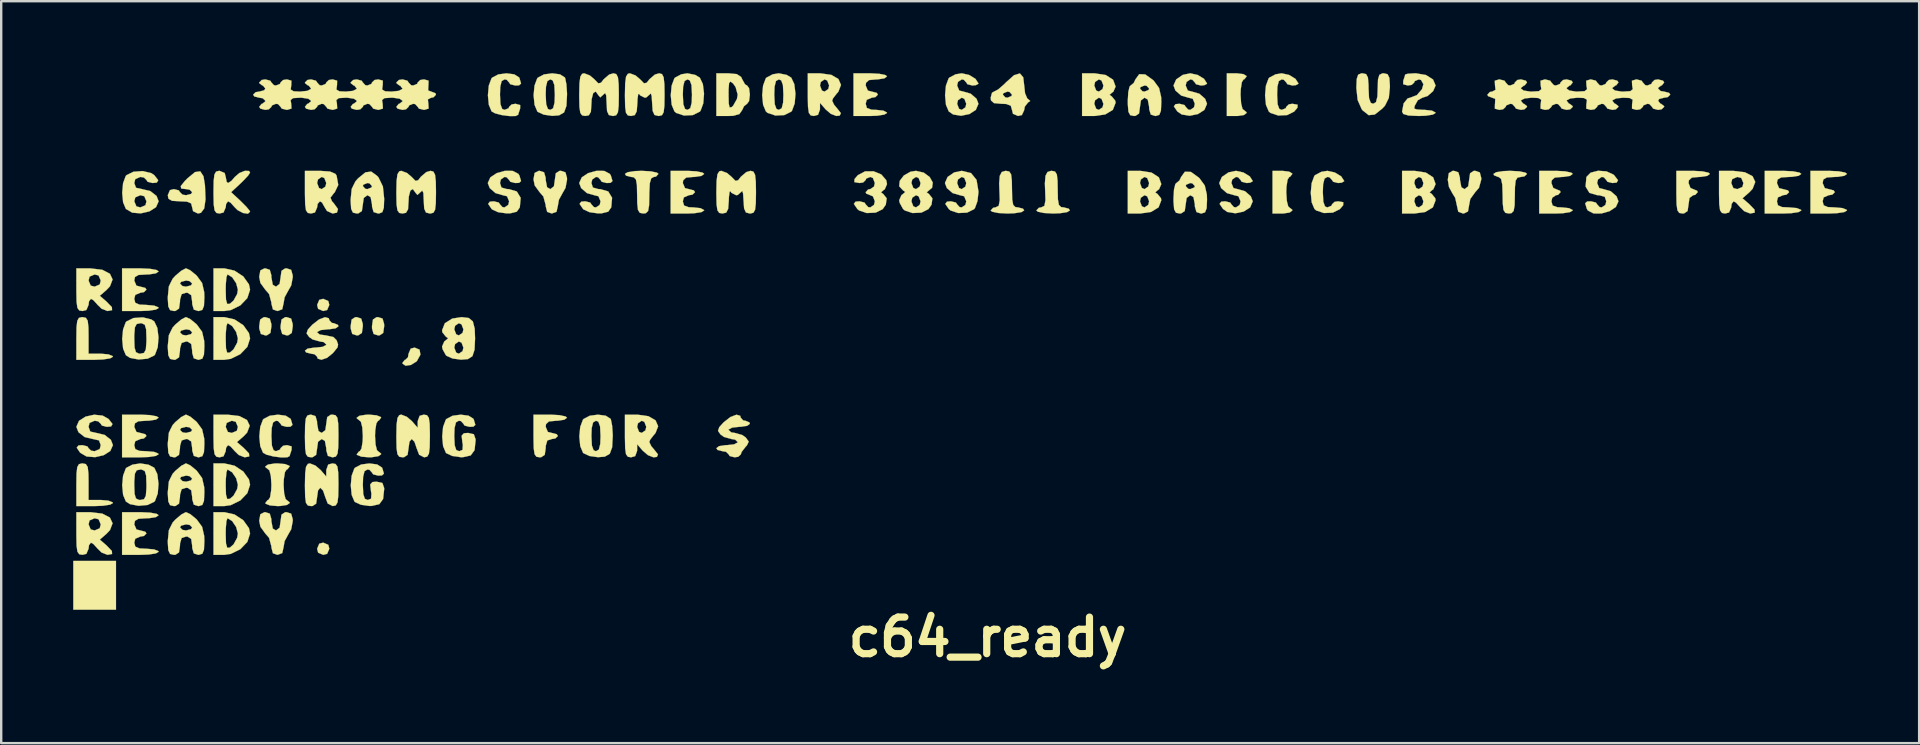
<source format=kicad_pcb>
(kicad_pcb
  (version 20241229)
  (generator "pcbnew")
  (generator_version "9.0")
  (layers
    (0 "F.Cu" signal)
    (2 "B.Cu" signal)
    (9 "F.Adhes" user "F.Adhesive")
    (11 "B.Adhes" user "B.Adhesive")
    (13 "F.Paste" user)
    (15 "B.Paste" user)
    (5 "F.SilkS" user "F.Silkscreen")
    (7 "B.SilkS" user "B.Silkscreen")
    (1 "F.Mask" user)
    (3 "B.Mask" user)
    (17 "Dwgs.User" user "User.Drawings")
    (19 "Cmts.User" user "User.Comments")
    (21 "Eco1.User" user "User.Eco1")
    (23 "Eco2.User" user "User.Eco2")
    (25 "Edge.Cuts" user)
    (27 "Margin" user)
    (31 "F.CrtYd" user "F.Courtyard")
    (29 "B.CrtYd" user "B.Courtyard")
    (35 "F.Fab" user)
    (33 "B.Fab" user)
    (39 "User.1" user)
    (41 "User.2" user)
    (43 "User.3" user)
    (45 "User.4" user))
  (footprint "c64_ready"
    (layer "F.Cu")
    (at 38.105 23.5)
    (property "Reference" "c64_ready" (at 0 0 0) (layer "F.SilkS") (effects (font (size 1.524 1.524) (thickness 0.3))))
    (attr through_hole)
    (fp_poly (pts (xy -36.322 -1.143) (xy -38.1 -1.143) (xy -38.1 -3.175) (xy -36.322 -3.175) (xy -36.322 -1.143)) (stroke (width 0.01) (type solid)) (fill yes) (layer "F.SilkS"))
    (fp_poly (pts (xy -27.474 -14.007) (xy -27.432 -13.843) (xy -27.522 -13.631) (xy -27.686 -13.589) (xy -27.898 -13.679) (xy -27.94 -13.843) (xy -27.85 -14.055) (xy -27.686 -14.097) (xy -27.474 -14.007)) (stroke (width 0.01) (type solid)) (fill yes) (layer "F.SilkS"))
    (fp_poly (pts (xy -27.474 -3.847) (xy -27.432 -3.683) (xy -27.522 -3.471) (xy -27.686 -3.429) (xy -27.898 -3.519) (xy -27.94 -3.683) (xy -27.85 -3.895) (xy -27.686 -3.937) (xy -27.474 -3.847)) (stroke (width 0.01) (type solid)) (fill yes) (layer "F.SilkS"))
    (fp_poly (pts (xy -29.913 -13.275) (xy -29.848 -13.052) (xy -29.845 -12.954) (xy -29.885 -12.675) (xy -30.033 -12.577) (xy -30.099 -12.573) (xy -30.285 -12.633) (xy -30.35 -12.856) (xy -30.353 -12.954) (xy -30.313 -13.233) (xy -30.165 -13.331) (xy -30.099 -13.335) (xy -29.913 -13.275)) (stroke (width 0.01) (type solid)) (fill yes) (layer "F.SilkS"))
    (fp_poly (pts (xy -29.024 -13.275) (xy -28.959 -13.052) (xy -28.956 -12.954) (xy -28.996 -12.675) (xy -29.144 -12.577) (xy -29.21 -12.573) (xy -29.396 -12.633) (xy -29.461 -12.856) (xy -29.464 -12.954) (xy -29.424 -13.233) (xy -29.276 -13.331) (xy -29.21 -13.335) (xy -29.024 -13.275)) (stroke (width 0.01) (type solid)) (fill yes) (layer "F.SilkS"))
    (fp_poly (pts (xy -26.103 -13.275) (xy -26.038 -13.052) (xy -26.035 -12.954) (xy -26.075 -12.675) (xy -26.223 -12.577) (xy -26.289 -12.573) (xy -26.475 -12.633) (xy -26.54 -12.856) (xy -26.543 -12.954) (xy -26.503 -13.233) (xy -26.355 -13.331) (xy -26.289 -13.335) (xy -26.103 -13.275)) (stroke (width 0.01) (type solid)) (fill yes) (layer "F.SilkS"))
    (fp_poly (pts (xy -25.214 -13.275) (xy -25.149 -13.052) (xy -25.146 -12.954) (xy -25.186 -12.675) (xy -25.334 -12.577) (xy -25.4 -12.573) (xy -25.586 -12.633) (xy -25.651 -12.856) (xy -25.654 -12.954) (xy -25.614 -13.233) (xy -25.466 -13.331) (xy -25.4 -13.335) (xy -25.214 -13.275)) (stroke (width 0.01) (type solid)) (fill yes) (layer "F.SilkS"))
    (fp_poly (pts (xy -23.67 -11.979) (xy -23.635 -11.77) (xy -23.778 -11.511) (xy -23.803 -11.484) (xy -24.03 -11.342) (xy -24.255 -11.309) (xy -24.38 -11.397) (xy -24.384 -11.43) (xy -24.287 -11.553) (xy -24.257 -11.557) (xy -24.154 -11.663) (xy -24.13 -11.811) (xy -24.04 -12.023) (xy -23.876 -12.065) (xy -23.67 -11.979)) (stroke (width 0.01) (type solid)) (fill yes) (layer "F.SilkS"))
    (fp_poly (pts (xy -37.577 -13.307) (xy -37.5 -13.185) (xy -37.47 -12.911) (xy -37.465 -12.573) (xy -37.465 -11.811) (xy -36.957 -11.811) (xy -36.639 -11.783) (xy -36.462 -11.712) (xy -36.449 -11.684) (xy -36.565 -11.616) (xy -36.867 -11.57) (xy -37.211 -11.557) (xy -37.973 -11.557) (xy -37.973 -12.446) (xy -37.966 -12.913) (xy -37.935 -13.181) (xy -37.865 -13.303) (xy -37.739 -13.335) (xy -37.719 -13.335) (xy -37.577 -13.307)) (stroke (width 0.01) (type solid)) (fill yes) (layer "F.SilkS"))
    (fp_poly (pts (xy -37.577 -7.211) (xy -37.5 -7.089) (xy -37.47 -6.815) (xy -37.465 -6.477) (xy -37.465 -5.715) (xy -36.957 -5.715) (xy -36.639 -5.687) (xy -36.462 -5.616) (xy -36.449 -5.588) (xy -36.565 -5.52) (xy -36.867 -5.474) (xy -37.211 -5.461) (xy -37.973 -5.461) (xy -37.973 -6.35) (xy -37.966 -6.817) (xy -37.935 -7.085) (xy -37.865 -7.207) (xy -37.739 -7.239) (xy -37.719 -7.239) (xy -37.577 -7.211)) (stroke (width 0.01) (type solid)) (fill yes) (layer "F.SilkS"))
    (fp_poly (pts (xy 10.663 -23.461) (xy 10.794 -23.378) (xy 10.795 -23.368) (xy 10.698 -23.245) (xy 10.668 -23.241) (xy 10.596 -23.127) (xy 10.55 -22.835) (xy 10.541 -22.606) (xy 10.564 -22.244) (xy 10.622 -22.014) (xy 10.668 -21.971) (xy 10.791 -21.874) (xy 10.795 -21.844) (xy 10.684 -21.758) (xy 10.413 -21.717) (xy 10.382 -21.717) (xy 9.97 -21.717) (xy 9.97 -23.495) (xy 10.382 -23.495) (xy 10.663 -23.461)) (stroke (width 0.01) (type solid)) (fill yes) (layer "F.SilkS"))
    (fp_poly (pts (xy 12.568 -19.397) (xy 12.699 -19.314) (xy 12.7 -19.304) (xy 12.603 -19.181) (xy 12.573 -19.177) (xy 12.501 -19.063) (xy 12.455 -18.771) (xy 12.446 -18.542) (xy 12.469 -18.18) (xy 12.527 -17.95) (xy 12.573 -17.907) (xy 12.696 -17.81) (xy 12.7 -17.78) (xy 12.589 -17.694) (xy 12.318 -17.653) (xy 12.287 -17.653) (xy 11.874 -17.653) (xy 11.874 -19.431) (xy 12.287 -19.431) (xy 12.568 -19.397)) (stroke (width 0.01) (type solid)) (fill yes) (layer "F.SilkS"))
    (fp_poly (pts (xy -14.032 -19.41) (xy -13.778 -19.356) (xy -13.716 -19.304) (xy -13.819 -19.191) (xy -13.906 -19.177) (xy -14.017 -19.118) (xy -14.077 -18.911) (xy -14.097 -18.507) (xy -14.097 -18.415) (xy -14.106 -17.989) (xy -14.147 -17.759) (xy -14.238 -17.667) (xy -14.351 -17.653) (xy -14.493 -17.681) (xy -14.57 -17.803) (xy -14.6 -18.077) (xy -14.605 -18.415) (xy -14.614 -18.841) (xy -14.655 -19.071) (xy -14.746 -19.163) (xy -14.859 -19.177) (xy -15.065 -19.23) (xy -15.113 -19.304) (xy -14.998 -19.374) (xy -14.702 -19.42) (xy -14.415 -19.431) (xy -14.032 -19.41)) (stroke (width 0.01) (type solid)) (fill yes) (layer "F.SilkS"))
    (fp_poly (pts (xy 0.904 -19.403) (xy 0.981 -19.281) (xy 1.011 -19.007) (xy 1.016 -18.669) (xy 1.025 -18.243) (xy 1.066 -18.013) (xy 1.157 -17.921) (xy 1.27 -17.907) (xy 1.476 -17.854) (xy 1.524 -17.78) (xy 1.409 -17.71) (xy 1.113 -17.664) (xy 0.826 -17.653) (xy 0.443 -17.674) (xy 0.189 -17.728) (xy 0.127 -17.78) (xy 0.231 -17.891) (xy 0.328 -17.907) (xy 0.463 -17.973) (xy 0.506 -18.205) (xy 0.501 -18.383) (xy 0.482 -18.907) (xy 0.508 -19.225) (xy 0.592 -19.384) (xy 0.745 -19.431) (xy 0.762 -19.431) (xy 0.904 -19.403)) (stroke (width 0.01) (type solid)) (fill yes) (layer "F.SilkS"))
    (fp_poly (pts (xy 2.809 -19.403) (xy 2.886 -19.281) (xy 2.916 -19.007) (xy 2.921 -18.669) (xy 2.93 -18.243) (xy 2.971 -18.013) (xy 3.062 -17.921) (xy 3.175 -17.907) (xy 3.381 -17.854) (xy 3.429 -17.78) (xy 3.314 -17.71) (xy 3.018 -17.664) (xy 2.731 -17.653) (xy 2.348 -17.674) (xy 2.094 -17.728) (xy 2.032 -17.78) (xy 2.136 -17.891) (xy 2.233 -17.907) (xy 2.368 -17.973) (xy 2.411 -18.205) (xy 2.406 -18.383) (xy 2.387 -18.907) (xy 2.413 -19.225) (xy 2.497 -19.384) (xy 2.65 -19.431) (xy 2.667 -19.431) (xy 2.809 -19.403)) (stroke (width 0.01) (type solid)) (fill yes) (layer "F.SilkS"))
    (fp_poly (pts (xy 22.163 -19.41) (xy 22.417 -19.356) (xy 22.479 -19.304) (xy 22.373 -19.201) (xy 22.225 -19.177) (xy 22.083 -19.149) (xy 22.006 -19.027) (xy 21.976 -18.753) (xy 21.971 -18.415) (xy 21.962 -17.989) (xy 21.921 -17.759) (xy 21.83 -17.667) (xy 21.717 -17.653) (xy 21.575 -17.681) (xy 21.498 -17.803) (xy 21.468 -18.077) (xy 21.463 -18.415) (xy 21.448 -18.857) (xy 21.397 -19.095) (xy 21.295 -19.175) (xy 21.273 -19.177) (xy 21.103 -19.246) (xy 21.082 -19.304) (xy 21.197 -19.374) (xy 21.493 -19.42) (xy 21.78 -19.431) (xy 22.163 -19.41)) (stroke (width 0.01) (type solid)) (fill yes) (layer "F.SilkS"))
    (fp_poly (pts (xy -31.383 -15.272) (xy -31.016 -15.03) (xy -30.781 -14.701) (xy -30.734 -14.478) (xy -30.848 -14.127) (xy -31.141 -13.823) (xy -31.539 -13.628) (xy -31.808 -13.589) (xy -32.258 -13.589) (xy -32.258 -14.478) (xy -31.75 -14.478) (xy -31.738 -14.068) (xy -31.687 -13.882) (xy -31.576 -13.891) (xy -31.423 -14.024) (xy -31.272 -14.299) (xy -31.242 -14.478) (xy -31.314 -14.749) (xy -31.481 -14.996) (xy -31.668 -15.113) (xy -31.677 -15.113) (xy -31.719 -14.999) (xy -31.745 -14.707) (xy -31.75 -14.478) (xy -32.258 -14.478) (xy -32.258 -15.367) (xy -31.808 -15.367) (xy -31.383 -15.272)) (stroke (width 0.01) (type solid)) (fill yes) (layer "F.SilkS"))
    (fp_poly (pts (xy -31.383 -13.24) (xy -31.016 -12.998) (xy -30.781 -12.669) (xy -30.734 -12.446) (xy -30.848 -12.095) (xy -31.141 -11.791) (xy -31.539 -11.596) (xy -31.808 -11.557) (xy -32.258 -11.557) (xy -32.258 -12.446) (xy -31.75 -12.446) (xy -31.738 -12.036) (xy -31.687 -11.85) (xy -31.576 -11.859) (xy -31.423 -11.992) (xy -31.272 -12.267) (xy -31.242 -12.446) (xy -31.314 -12.717) (xy -31.481 -12.964) (xy -31.668 -13.081) (xy -31.677 -13.081) (xy -31.719 -12.967) (xy -31.745 -12.675) (xy -31.75 -12.446) (xy -32.258 -12.446) (xy -32.258 -13.335) (xy -31.808 -13.335) (xy -31.383 -13.24)) (stroke (width 0.01) (type solid)) (fill yes) (layer "F.SilkS"))
    (fp_poly (pts (xy -31.383 -7.144) (xy -31.016 -6.902) (xy -30.781 -6.573) (xy -30.734 -6.35) (xy -30.848 -5.999) (xy -31.141 -5.695) (xy -31.539 -5.5) (xy -31.808 -5.461) (xy -32.258 -5.461) (xy -32.258 -6.35) (xy -31.75 -6.35) (xy -31.738 -5.94) (xy -31.687 -5.754) (xy -31.576 -5.763) (xy -31.423 -5.896) (xy -31.272 -6.171) (xy -31.242 -6.35) (xy -31.314 -6.621) (xy -31.481 -6.868) (xy -31.668 -6.985) (xy -31.677 -6.985) (xy -31.719 -6.871) (xy -31.745 -6.579) (xy -31.75 -6.35) (xy -32.258 -6.35) (xy -32.258 -7.239) (xy -31.808 -7.239) (xy -31.383 -7.144)) (stroke (width 0.01) (type solid)) (fill yes) (layer "F.SilkS"))
    (fp_poly (pts (xy -31.383 -5.112) (xy -31.016 -4.87) (xy -30.781 -4.541) (xy -30.734 -4.318) (xy -30.848 -3.967) (xy -31.141 -3.663) (xy -31.539 -3.468) (xy -31.808 -3.429) (xy -32.258 -3.429) (xy -32.258 -4.318) (xy -31.75 -4.318) (xy -31.738 -3.908) (xy -31.687 -3.722) (xy -31.576 -3.731) (xy -31.423 -3.864) (xy -31.272 -4.139) (xy -31.242 -4.318) (xy -31.314 -4.589) (xy -31.481 -4.836) (xy -31.668 -4.953) (xy -31.677 -4.953) (xy -31.719 -4.839) (xy -31.745 -4.547) (xy -31.75 -4.318) (xy -32.258 -4.318) (xy -32.258 -5.207) (xy -31.808 -5.207) (xy -31.383 -5.112)) (stroke (width 0.01) (type solid)) (fill yes) (layer "F.SilkS"))
    (fp_poly (pts (xy 29.783 -19.41) (xy 30.037 -19.356) (xy 30.099 -19.304) (xy 29.987 -19.22) (xy 29.713 -19.178) (xy 29.654 -19.177) (xy 29.348 -19.149) (xy 29.225 -19.038) (xy 29.21 -18.923) (xy 29.289 -18.716) (xy 29.401 -18.669) (xy 29.57 -18.6) (xy 29.591 -18.542) (xy 29.488 -18.429) (xy 29.401 -18.415) (xy 29.249 -18.301) (xy 29.21 -18.034) (xy 29.17 -17.755) (xy 29.022 -17.657) (xy 28.956 -17.653) (xy 28.823 -17.677) (xy 28.746 -17.785) (xy 28.711 -18.032) (xy 28.702 -18.471) (xy 28.702 -18.542) (xy 28.702 -19.431) (xy 29.401 -19.431) (xy 29.783 -19.41)) (stroke (width 0.01) (type solid)) (fill yes) (layer "F.SilkS"))
    (fp_poly (pts (xy -17.842 -9.25) (xy -17.588 -9.196) (xy -17.526 -9.144) (xy -17.638 -9.06) (xy -17.912 -9.018) (xy -17.971 -9.017) (xy -18.277 -8.989) (xy -18.4 -8.878) (xy -18.415 -8.763) (xy -18.325 -8.551) (xy -18.161 -8.509) (xy -17.955 -8.456) (xy -17.907 -8.382) (xy -18.013 -8.279) (xy -18.161 -8.255) (xy -18.347 -8.195) (xy -18.412 -7.972) (xy -18.415 -7.874) (xy -18.455 -7.595) (xy -18.603 -7.497) (xy -18.669 -7.493) (xy -18.802 -7.517) (xy -18.879 -7.625) (xy -18.914 -7.872) (xy -18.923 -8.311) (xy -18.923 -8.382) (xy -18.923 -9.271) (xy -18.224 -9.271) (xy -17.842 -9.25)) (stroke (width 0.01) (type solid)) (fill yes) (layer "F.SilkS"))
    (fp_poly (pts (xy -34.9 -15.348) (xy -34.625 -15.297) (xy -34.544 -15.24) (xy -34.657 -15.16) (xy -34.938 -15.116) (xy -35.052 -15.113) (xy -35.384 -15.092) (xy -35.531 -15.006) (xy -35.56 -14.859) (xy -35.47 -14.647) (xy -35.306 -14.605) (xy -35.1 -14.552) (xy -35.052 -14.478) (xy -35.158 -14.375) (xy -35.306 -14.351) (xy -35.518 -14.261) (xy -35.56 -14.097) (xy -35.517 -13.931) (xy -35.345 -13.857) (xy -35.052 -13.843) (xy -34.734 -13.815) (xy -34.557 -13.744) (xy -34.544 -13.716) (xy -34.66 -13.648) (xy -34.962 -13.602) (xy -35.306 -13.589) (xy -36.068 -13.589) (xy -36.068 -15.367) (xy -35.306 -15.367) (xy -34.9 -15.348)) (stroke (width 0.01) (type solid)) (fill yes) (layer "F.SilkS"))
    (fp_poly (pts (xy -34.9 -9.252) (xy -34.625 -9.201) (xy -34.544 -9.144) (xy -34.657 -9.064) (xy -34.938 -9.02) (xy -35.052 -9.017) (xy -35.384 -8.996) (xy -35.531 -8.91) (xy -35.56 -8.763) (xy -35.47 -8.551) (xy -35.306 -8.509) (xy -35.1 -8.456) (xy -35.052 -8.382) (xy -35.158 -8.279) (xy -35.306 -8.255) (xy -35.518 -8.165) (xy -35.56 -8.001) (xy -35.517 -7.835) (xy -35.345 -7.761) (xy -35.052 -7.747) (xy -34.734 -7.719) (xy -34.557 -7.648) (xy -34.544 -7.62) (xy -34.66 -7.552) (xy -34.962 -7.506) (xy -35.306 -7.493) (xy -36.068 -7.493) (xy -36.068 -9.271) (xy -35.306 -9.271) (xy -34.9 -9.252)) (stroke (width 0.01) (type solid)) (fill yes) (layer "F.SilkS"))
    (fp_poly (pts (xy -34.9 -5.188) (xy -34.625 -5.137) (xy -34.544 -5.08) (xy -34.657 -5) (xy -34.938 -4.956) (xy -35.052 -4.953) (xy -35.384 -4.932) (xy -35.531 -4.846) (xy -35.56 -4.699) (xy -35.47 -4.487) (xy -35.306 -4.445) (xy -35.1 -4.392) (xy -35.052 -4.318) (xy -35.158 -4.215) (xy -35.306 -4.191) (xy -35.518 -4.101) (xy -35.56 -3.937) (xy -35.517 -3.771) (xy -35.345 -3.697) (xy -35.052 -3.683) (xy -34.734 -3.655) (xy -34.557 -3.584) (xy -34.544 -3.556) (xy -34.66 -3.488) (xy -34.962 -3.442) (xy -35.306 -3.429) (xy -36.068 -3.429) (xy -36.068 -5.207) (xy -35.306 -5.207) (xy -34.9 -5.188)) (stroke (width 0.01) (type solid)) (fill yes) (layer "F.SilkS"))
    (fp_poly (pts (xy -12.127 -19.41) (xy -11.873 -19.356) (xy -11.811 -19.304) (xy -11.923 -19.22) (xy -12.197 -19.178) (xy -12.255 -19.177) (xy -12.562 -19.149) (xy -12.685 -19.038) (xy -12.7 -18.923) (xy -12.61 -18.711) (xy -12.446 -18.669) (xy -12.24 -18.616) (xy -12.192 -18.542) (xy -12.298 -18.439) (xy -12.446 -18.415) (xy -12.658 -18.325) (xy -12.7 -18.161) (xy -12.65 -17.986) (xy -12.456 -17.915) (xy -12.255 -17.907) (xy -11.962 -17.875) (xy -11.815 -17.797) (xy -11.811 -17.78) (xy -11.926 -17.71) (xy -12.222 -17.664) (xy -12.509 -17.653) (xy -13.208 -17.653) (xy -13.208 -19.431) (xy -12.509 -19.431) (xy -12.127 -19.41)) (stroke (width 0.01) (type solid)) (fill yes) (layer "F.SilkS"))
    (fp_poly (pts (xy -4.507 -23.474) (xy -4.253 -23.42) (xy -4.191 -23.368) (xy -4.303 -23.284) (xy -4.577 -23.242) (xy -4.636 -23.241) (xy -4.942 -23.213) (xy -5.065 -23.102) (xy -5.08 -22.987) (xy -4.99 -22.775) (xy -4.826 -22.733) (xy -4.62 -22.68) (xy -4.572 -22.606) (xy -4.678 -22.503) (xy -4.826 -22.479) (xy -5.038 -22.389) (xy -5.08 -22.225) (xy -5.03 -22.05) (xy -4.836 -21.979) (xy -4.636 -21.971) (xy -4.342 -21.939) (xy -4.195 -21.861) (xy -4.191 -21.844) (xy -4.306 -21.774) (xy -4.602 -21.728) (xy -4.889 -21.717) (xy -5.588 -21.717) (xy -5.588 -23.495) (xy -4.889 -23.495) (xy -4.507 -23.474)) (stroke (width 0.01) (type solid)) (fill yes) (layer "F.SilkS"))
    (fp_poly (pts (xy 24.068 -19.41) (xy 24.322 -19.356) (xy 24.384 -19.304) (xy 24.272 -19.22) (xy 23.998 -19.178) (xy 23.939 -19.177) (xy 23.633 -19.149) (xy 23.51 -19.038) (xy 23.495 -18.923) (xy 23.574 -18.716) (xy 23.686 -18.669) (xy 23.855 -18.6) (xy 23.876 -18.542) (xy 23.773 -18.429) (xy 23.686 -18.415) (xy 23.53 -18.309) (xy 23.495 -18.161) (xy 23.545 -17.986) (xy 23.739 -17.915) (xy 23.939 -17.907) (xy 24.233 -17.875) (xy 24.38 -17.797) (xy 24.384 -17.78) (xy 24.269 -17.71) (xy 23.973 -17.664) (xy 23.686 -17.653) (xy 22.987 -17.653) (xy 22.987 -19.431) (xy 23.686 -19.431) (xy 24.068 -19.41)) (stroke (width 0.01) (type solid)) (fill yes) (layer "F.SilkS"))
    (fp_poly (pts (xy 33.553 -19.412) (xy 33.828 -19.361) (xy 33.909 -19.304) (xy 33.796 -19.224) (xy 33.515 -19.18) (xy 33.401 -19.177) (xy 33.069 -19.156) (xy 32.922 -19.07) (xy 32.893 -18.923) (xy 32.983 -18.711) (xy 33.147 -18.669) (xy 33.353 -18.616) (xy 33.401 -18.542) (xy 33.295 -18.439) (xy 33.147 -18.415) (xy 32.935 -18.325) (xy 32.893 -18.161) (xy 32.936 -17.995) (xy 33.108 -17.921) (xy 33.401 -17.907) (xy 33.719 -17.879) (xy 33.896 -17.808) (xy 33.909 -17.78) (xy 33.793 -17.712) (xy 33.491 -17.666) (xy 33.147 -17.653) (xy 32.385 -17.653) (xy 32.385 -19.431) (xy 33.147 -19.431) (xy 33.553 -19.412)) (stroke (width 0.01) (type solid)) (fill yes) (layer "F.SilkS"))
    (fp_poly (pts (xy 35.458 -19.412) (xy 35.733 -19.361) (xy 35.814 -19.304) (xy 35.701 -19.224) (xy 35.42 -19.18) (xy 35.306 -19.177) (xy 34.974 -19.156) (xy 34.827 -19.07) (xy 34.798 -18.923) (xy 34.888 -18.711) (xy 35.052 -18.669) (xy 35.258 -18.616) (xy 35.306 -18.542) (xy 35.2 -18.439) (xy 35.052 -18.415) (xy 34.84 -18.325) (xy 34.798 -18.161) (xy 34.841 -17.995) (xy 35.013 -17.921) (xy 35.306 -17.907) (xy 35.624 -17.879) (xy 35.801 -17.808) (xy 35.814 -17.78) (xy 35.698 -17.712) (xy 35.396 -17.666) (xy 35.052 -17.653) (xy 34.29 -17.653) (xy 34.29 -19.431) (xy 35.052 -19.431) (xy 35.458 -19.412)) (stroke (width 0.01) (type solid)) (fill yes) (layer "F.SilkS"))
    (fp_poly (pts (xy -32.675 -19.205) (xy -32.614 -18.828) (xy -32.591 -18.237) (xy -32.645 -17.863) (xy -32.782 -17.681) (xy -32.908 -17.653) (xy -33.109 -17.75) (xy -33.147 -17.907) (xy -33.19 -18.073) (xy -33.362 -18.147) (xy -33.655 -18.161) (xy -33.987 -18.182) (xy -34.134 -18.268) (xy -34.163 -18.415) (xy -34.073 -18.627) (xy -33.909 -18.669) (xy -33.703 -18.616) (xy -33.655 -18.542) (xy -33.549 -18.439) (xy -33.401 -18.415) (xy -33.195 -18.468) (xy -33.147 -18.542) (xy -33.253 -18.645) (xy -33.401 -18.669) (xy -33.604 -18.694) (xy -33.623 -18.795) (xy -33.453 -19.007) (xy -33.343 -19.119) (xy -33.026 -19.38) (xy -32.809 -19.41) (xy -32.675 -19.205)) (stroke (width 0.01) (type solid)) (fill yes) (layer "F.SilkS"))
    (fp_poly (pts (xy -29.022 -15.305) (xy -28.958 -15.078) (xy -28.956 -14.995) (xy -29.019 -14.657) (xy -29.146 -14.433) (xy -29.295 -14.161) (xy -29.337 -13.916) (xy -29.393 -13.662) (xy -29.589 -13.589) (xy -29.591 -13.589) (xy -29.782 -13.655) (xy -29.844 -13.892) (xy -29.845 -13.942) (xy -29.942 -14.297) (xy -30.099 -14.478) (xy -30.304 -14.76) (xy -30.353 -15.014) (xy -30.306 -15.28) (xy -30.135 -15.366) (xy -30.099 -15.367) (xy -29.913 -15.307) (xy -29.848 -15.084) (xy -29.845 -14.986) (xy -29.788 -14.684) (xy -29.654 -14.605) (xy -29.503 -14.719) (xy -29.464 -14.986) (xy -29.424 -15.265) (xy -29.276 -15.363) (xy -29.21 -15.367) (xy -29.022 -15.305)) (stroke (width 0.01) (type solid)) (fill yes) (layer "F.SilkS"))
    (fp_poly (pts (xy -29.022 -5.145) (xy -28.958 -4.918) (xy -28.956 -4.835) (xy -29.019 -4.497) (xy -29.146 -4.273) (xy -29.295 -4.001) (xy -29.337 -3.756) (xy -29.393 -3.502) (xy -29.589 -3.429) (xy -29.591 -3.429) (xy -29.782 -3.495) (xy -29.844 -3.732) (xy -29.845 -3.782) (xy -29.942 -4.137) (xy -30.099 -4.318) (xy -30.304 -4.6) (xy -30.353 -4.854) (xy -30.306 -5.12) (xy -30.135 -5.206) (xy -30.099 -5.207) (xy -29.913 -5.147) (xy -29.848 -4.924) (xy -29.845 -4.826) (xy -29.788 -4.524) (xy -29.654 -4.445) (xy -29.503 -4.559) (xy -29.464 -4.826) (xy -29.424 -5.105) (xy -29.276 -5.203) (xy -29.21 -5.207) (xy -29.022 -5.145)) (stroke (width 0.01) (type solid)) (fill yes) (layer "F.SilkS"))
    (fp_poly (pts (xy -17.592 -19.369) (xy -17.528 -19.142) (xy -17.526 -19.059) (xy -17.589 -18.721) (xy -17.716 -18.497) (xy -17.865 -18.225) (xy -17.907 -17.98) (xy -17.963 -17.726) (xy -18.159 -17.653) (xy -18.161 -17.653) (xy -18.352 -17.719) (xy -18.414 -17.956) (xy -18.415 -18.006) (xy -18.512 -18.361) (xy -18.669 -18.542) (xy -18.874 -18.824) (xy -18.923 -19.078) (xy -18.876 -19.344) (xy -18.705 -19.43) (xy -18.669 -19.431) (xy -18.483 -19.371) (xy -18.418 -19.148) (xy -18.415 -19.05) (xy -18.358 -18.748) (xy -18.224 -18.669) (xy -18.073 -18.783) (xy -18.034 -19.05) (xy -17.994 -19.329) (xy -17.846 -19.427) (xy -17.78 -19.431) (xy -17.592 -19.369)) (stroke (width 0.01) (type solid)) (fill yes) (layer "F.SilkS"))
    (fp_poly (pts (xy 20.511 -19.365) (xy 20.573 -19.128) (xy 20.574 -19.078) (xy 20.477 -18.723) (xy 20.32 -18.542) (xy 20.115 -18.26) (xy 20.066 -18.006) (xy 20.019 -17.74) (xy 19.848 -17.654) (xy 19.812 -17.653) (xy 19.615 -17.725) (xy 19.558 -17.977) (xy 19.558 -17.98) (xy 19.486 -18.306) (xy 19.367 -18.497) (xy 19.226 -18.76) (xy 19.177 -19.059) (xy 19.219 -19.334) (xy 19.374 -19.428) (xy 19.431 -19.431) (xy 19.617 -19.371) (xy 19.682 -19.148) (xy 19.685 -19.05) (xy 19.742 -18.748) (xy 19.875 -18.669) (xy 20.027 -18.783) (xy 20.066 -19.05) (xy 20.106 -19.329) (xy 20.254 -19.427) (xy 20.32 -19.431) (xy 20.511 -19.365)) (stroke (width 0.01) (type solid)) (fill yes) (layer "F.SilkS"))
    (fp_poly (pts (xy 16.668 -23.458) (xy 16.743 -23.304) (xy 16.764 -22.969) (xy 16.764 -22.918) (xy 16.72 -22.471) (xy 16.563 -22.152) (xy 16.452 -22.029) (xy 16.136 -21.778) (xy 15.881 -21.751) (xy 15.631 -21.948) (xy 15.589 -21.999) (xy 15.42 -22.383) (xy 15.367 -22.886) (xy 15.382 -23.257) (xy 15.443 -23.439) (xy 15.577 -23.494) (xy 15.621 -23.495) (xy 15.773 -23.462) (xy 15.849 -23.32) (xy 15.874 -23.007) (xy 15.875 -22.86) (xy 15.895 -22.461) (xy 15.966 -22.266) (xy 16.066 -22.225) (xy 16.185 -22.293) (xy 16.244 -22.528) (xy 16.256 -22.86) (xy 16.269 -23.241) (xy 16.326 -23.431) (xy 16.451 -23.492) (xy 16.51 -23.495) (xy 16.668 -23.458)) (stroke (width 0.01) (type solid)) (fill yes) (layer "F.SilkS"))
    (fp_poly (pts (xy -29.273 -7.211) (xy -29.096 -7.14) (xy -29.083 -7.112) (xy -29.18 -6.989) (xy -29.21 -6.985) (xy -29.282 -6.871) (xy -29.328 -6.579) (xy -29.337 -6.35) (xy -29.314 -5.988) (xy -29.256 -5.758) (xy -29.21 -5.715) (xy -29.087 -5.618) (xy -29.083 -5.588) (xy -29.196 -5.508) (xy -29.477 -5.464) (xy -29.591 -5.461) (xy -29.909 -5.489) (xy -30.086 -5.56) (xy -30.099 -5.588) (xy -30.002 -5.711) (xy -29.972 -5.715) (xy -29.9 -5.829) (xy -29.854 -6.121) (xy -29.845 -6.35) (xy -29.868 -6.712) (xy -29.926 -6.942) (xy -29.972 -6.985) (xy -30.095 -7.082) (xy -30.099 -7.112) (xy -29.986 -7.192) (xy -29.705 -7.236) (xy -29.591 -7.239) (xy -29.273 -7.211)) (stroke (width 0.01) (type solid)) (fill yes) (layer "F.SilkS"))
    (fp_poly (pts (xy -25.463 -9.243) (xy -25.286 -9.172) (xy -25.273 -9.144) (xy -25.37 -9.021) (xy -25.4 -9.017) (xy -25.472 -8.903) (xy -25.518 -8.611) (xy -25.527 -8.382) (xy -25.504 -8.02) (xy -25.446 -7.79) (xy -25.4 -7.747) (xy -25.277 -7.65) (xy -25.273 -7.62) (xy -25.386 -7.54) (xy -25.667 -7.496) (xy -25.781 -7.493) (xy -26.099 -7.521) (xy -26.276 -7.592) (xy -26.289 -7.62) (xy -26.192 -7.743) (xy -26.162 -7.747) (xy -26.09 -7.861) (xy -26.044 -8.153) (xy -26.035 -8.382) (xy -26.058 -8.744) (xy -26.116 -8.974) (xy -26.162 -9.017) (xy -26.285 -9.114) (xy -26.289 -9.144) (xy -26.176 -9.224) (xy -25.895 -9.268) (xy -25.781 -9.271) (xy -25.463 -9.243)) (stroke (width 0.01) (type solid)) (fill yes) (layer "F.SilkS"))
    (fp_poly (pts (xy -12.185 -23.429) (xy -11.992 -23.314) (xy -11.865 -23.045) (xy -11.817 -22.649) (xy -11.848 -22.242) (xy -11.96 -21.938) (xy -11.992 -21.898) (xy -12.283 -21.754) (xy -12.653 -21.736) (xy -12.975 -21.843) (xy -13.049 -21.907) (xy -13.165 -22.182) (xy -13.203 -22.578) (xy -13.201 -22.606) (xy -12.7 -22.606) (xy -12.68 -22.207) (xy -12.609 -22.012) (xy -12.509 -21.971) (xy -12.39 -22.039) (xy -12.331 -22.274) (xy -12.319 -22.606) (xy -12.339 -23.005) (xy -12.41 -23.2) (xy -12.509 -23.241) (xy -12.629 -23.173) (xy -12.688 -22.938) (xy -12.7 -22.606) (xy -13.201 -22.606) (xy -13.166 -22.982) (xy -13.056 -23.279) (xy -13.027 -23.314) (xy -12.765 -23.453) (xy -12.509 -23.495) (xy -12.185 -23.429)) (stroke (width 0.01) (type solid)) (fill yes) (layer "F.SilkS"))
    (fp_poly (pts (xy -8.375 -23.429) (xy -8.182 -23.314) (xy -8.055 -23.045) (xy -8.007 -22.649) (xy -8.038 -22.242) (xy -8.15 -21.938) (xy -8.182 -21.898) (xy -8.473 -21.754) (xy -8.843 -21.736) (xy -9.165 -21.843) (xy -9.239 -21.907) (xy -9.355 -22.182) (xy -9.393 -22.578) (xy -9.391 -22.606) (xy -8.89 -22.606) (xy -8.87 -22.207) (xy -8.799 -22.012) (xy -8.7 -21.971) (xy -8.58 -22.039) (xy -8.521 -22.274) (xy -8.509 -22.606) (xy -8.529 -23.005) (xy -8.6 -23.2) (xy -8.7 -23.241) (xy -8.819 -23.173) (xy -8.878 -22.938) (xy -8.89 -22.606) (xy -9.391 -22.606) (xy -9.356 -22.982) (xy -9.246 -23.279) (xy -9.217 -23.314) (xy -8.955 -23.453) (xy -8.7 -23.495) (xy -8.375 -23.429)) (stroke (width 0.01) (type solid)) (fill yes) (layer "F.SilkS"))
    (fp_poly (pts (xy -10.45 -23.462) (xy -10.271 -23.343) (xy -10.223 -23.241) (xy -10.109 -23.036) (xy -10.024 -22.987) (xy -9.941 -22.877) (xy -9.906 -22.611) (xy -9.906 -22.606) (xy -9.94 -22.338) (xy -10.023 -22.225) (xy -10.024 -22.225) (xy -10.153 -22.12) (xy -10.223 -21.971) (xy -10.343 -21.796) (xy -10.6 -21.724) (xy -10.804 -21.717) (xy -11.303 -21.717) (xy -11.303 -22.606) (xy -10.795 -22.606) (xy -10.787 -22.233) (xy -10.752 -22.073) (xy -10.672 -22.083) (xy -10.604 -22.143) (xy -10.445 -22.426) (xy -10.414 -22.606) (xy -10.501 -22.92) (xy -10.604 -23.069) (xy -10.715 -23.152) (xy -10.773 -23.088) (xy -10.793 -22.835) (xy -10.795 -22.606) (xy -11.303 -22.606) (xy -11.303 -23.495) (xy -10.804 -23.495) (xy -10.45 -23.462)) (stroke (width 0.01) (type solid)) (fill yes) (layer "F.SilkS"))
    (fp_poly (pts (xy 12.563 -23.427) (xy 12.829 -23.266) (xy 12.953 -23.074) (xy 12.954 -23.06) (xy 12.847 -23.001) (xy 12.7 -22.987) (xy 12.494 -23.04) (xy 12.446 -23.114) (xy 12.343 -23.227) (xy 12.255 -23.241) (xy 12.136 -23.173) (xy 12.077 -22.938) (xy 12.065 -22.606) (xy 12.085 -22.207) (xy 12.156 -22.012) (xy 12.255 -21.971) (xy 12.425 -22.04) (xy 12.446 -22.098) (xy 12.552 -22.201) (xy 12.7 -22.225) (xy 12.918 -22.188) (xy 12.912 -22.06) (xy 12.773 -21.898) (xy 12.482 -21.754) (xy 12.112 -21.736) (xy 11.79 -21.843) (xy 11.716 -21.907) (xy 11.6 -22.182) (xy 11.562 -22.578) (xy 11.599 -22.982) (xy 11.709 -23.279) (xy 11.738 -23.314) (xy 12 -23.453) (xy 12.255 -23.495) (xy 12.563 -23.427)) (stroke (width 0.01) (type solid)) (fill yes) (layer "F.SilkS"))
    (fp_poly (pts (xy 14.468 -19.363) (xy 14.734 -19.202) (xy 14.858 -19.01) (xy 14.859 -18.996) (xy 14.752 -18.937) (xy 14.605 -18.923) (xy 14.399 -18.976) (xy 14.351 -19.05) (xy 14.248 -19.163) (xy 14.161 -19.177) (xy 14.041 -19.109) (xy 13.982 -18.874) (xy 13.97 -18.542) (xy 13.99 -18.143) (xy 14.061 -17.948) (xy 14.161 -17.907) (xy 14.33 -17.976) (xy 14.351 -18.034) (xy 14.457 -18.137) (xy 14.605 -18.161) (xy 14.823 -18.124) (xy 14.817 -17.996) (xy 14.678 -17.834) (xy 14.387 -17.69) (xy 14.017 -17.672) (xy 13.695 -17.779) (xy 13.621 -17.843) (xy 13.505 -18.118) (xy 13.467 -18.514) (xy 13.504 -18.918) (xy 13.614 -19.215) (xy 13.643 -19.25) (xy 13.905 -19.389) (xy 14.161 -19.431) (xy 14.468 -19.363)) (stroke (width 0.01) (type solid)) (fill yes) (layer "F.SilkS"))
    (fp_poly (pts (xy -17.82 -23.452) (xy -17.617 -23.323) (xy -17.603 -23.294) (xy -17.552 -23.038) (xy -17.527 -22.67) (xy -17.526 -22.606) (xy -17.551 -22.135) (xy -17.65 -21.864) (xy -17.858 -21.744) (xy -18.143 -21.722) (xy -18.495 -21.772) (xy -18.745 -21.888) (xy -18.764 -21.907) (xy -18.88 -22.182) (xy -18.918 -22.578) (xy -18.916 -22.606) (xy -18.415 -22.606) (xy -18.395 -22.207) (xy -18.324 -22.012) (xy -18.224 -21.971) (xy -18.105 -22.039) (xy -18.046 -22.274) (xy -18.034 -22.606) (xy -18.054 -23.005) (xy -18.125 -23.2) (xy -18.224 -23.241) (xy -18.344 -23.173) (xy -18.403 -22.938) (xy -18.415 -22.606) (xy -18.916 -22.606) (xy -18.881 -22.982) (xy -18.771 -23.279) (xy -18.742 -23.314) (xy -18.485 -23.449) (xy -18.143 -23.494) (xy -17.82 -23.452)) (stroke (width 0.01) (type solid)) (fill yes) (layer "F.SilkS"))
    (fp_poly (pts (xy -15.915 -9.228) (xy -15.712 -9.099) (xy -15.698 -9.07) (xy -15.647 -8.814) (xy -15.622 -8.446) (xy -15.621 -8.382) (xy -15.646 -7.911) (xy -15.745 -7.64) (xy -15.953 -7.52) (xy -16.238 -7.498) (xy -16.59 -7.548) (xy -16.84 -7.664) (xy -16.859 -7.683) (xy -16.975 -7.958) (xy -17.013 -8.354) (xy -17.011 -8.382) (xy -16.51 -8.382) (xy -16.49 -7.983) (xy -16.419 -7.788) (xy -16.32 -7.747) (xy -16.2 -7.815) (xy -16.141 -8.05) (xy -16.129 -8.382) (xy -16.149 -8.781) (xy -16.22 -8.976) (xy -16.32 -9.017) (xy -16.439 -8.949) (xy -16.498 -8.714) (xy -16.51 -8.382) (xy -17.011 -8.382) (xy -16.976 -8.758) (xy -16.866 -9.055) (xy -16.837 -9.09) (xy -16.58 -9.225) (xy -16.238 -9.27) (xy -15.915 -9.228)) (stroke (width 0.01) (type solid)) (fill yes) (layer "F.SilkS"))
    (fp_poly (pts (xy -36.893 -15.307) (xy -36.576 -15.143) (xy -36.463 -14.905) (xy -36.573 -14.618) (xy -36.722 -14.461) (xy -36.996 -14.224) (xy -36.722 -13.987) (xy -36.494 -13.752) (xy -36.485 -13.625) (xy -36.675 -13.589) (xy -36.921 -13.685) (xy -37.084 -13.843) (xy -37.26 -14.038) (xy -37.366 -14.097) (xy -37.447 -13.99) (xy -37.465 -13.843) (xy -37.555 -13.631) (xy -37.719 -13.589) (xy -37.852 -13.613) (xy -37.929 -13.721) (xy -37.964 -13.968) (xy -37.973 -14.407) (xy -37.973 -14.478) (xy -37.973 -14.859) (xy -37.465 -14.859) (xy -37.375 -14.647) (xy -37.211 -14.605) (xy -36.999 -14.695) (xy -36.957 -14.859) (xy -37.047 -15.071) (xy -37.211 -15.113) (xy -37.423 -15.023) (xy -37.465 -14.859) (xy -37.973 -14.859) (xy -37.973 -15.367) (xy -37.392 -15.367) (xy -36.893 -15.307)) (stroke (width 0.01) (type solid)) (fill yes) (layer "F.SilkS"))
    (fp_poly (pts (xy -36.893 -5.147) (xy -36.576 -4.983) (xy -36.463 -4.745) (xy -36.573 -4.458) (xy -36.722 -4.301) (xy -36.996 -4.064) (xy -36.722 -3.827) (xy -36.494 -3.592) (xy -36.485 -3.465) (xy -36.675 -3.429) (xy -36.921 -3.525) (xy -37.084 -3.683) (xy -37.26 -3.878) (xy -37.366 -3.937) (xy -37.447 -3.83) (xy -37.465 -3.683) (xy -37.555 -3.471) (xy -37.719 -3.429) (xy -37.852 -3.453) (xy -37.929 -3.561) (xy -37.964 -3.808) (xy -37.973 -4.247) (xy -37.973 -4.318) (xy -37.973 -4.699) (xy -37.465 -4.699) (xy -37.375 -4.487) (xy -37.211 -4.445) (xy -36.999 -4.535) (xy -36.957 -4.699) (xy -37.047 -4.911) (xy -37.211 -4.953) (xy -37.423 -4.863) (xy -37.465 -4.699) (xy -37.973 -4.699) (xy -37.973 -5.207) (xy -37.392 -5.207) (xy -36.893 -5.147)) (stroke (width 0.01) (type solid)) (fill yes) (layer "F.SilkS"))
    (fp_poly (pts (xy -31.178 -9.211) (xy -30.861 -9.047) (xy -30.748 -8.809) (xy -30.858 -8.522) (xy -31.007 -8.365) (xy -31.281 -8.128) (xy -31.007 -7.891) (xy -30.779 -7.656) (xy -30.77 -7.529) (xy -30.96 -7.493) (xy -31.206 -7.589) (xy -31.369 -7.747) (xy -31.545 -7.942) (xy -31.651 -8.001) (xy -31.732 -7.894) (xy -31.75 -7.747) (xy -31.84 -7.535) (xy -32.004 -7.493) (xy -32.137 -7.517) (xy -32.214 -7.625) (xy -32.249 -7.872) (xy -32.258 -8.311) (xy -32.258 -8.382) (xy -32.258 -8.763) (xy -31.75 -8.763) (xy -31.66 -8.551) (xy -31.496 -8.509) (xy -31.284 -8.599) (xy -31.242 -8.763) (xy -31.332 -8.975) (xy -31.496 -9.017) (xy -31.708 -8.927) (xy -31.75 -8.763) (xy -32.258 -8.763) (xy -32.258 -9.271) (xy -31.677 -9.271) (xy -31.178 -9.211)) (stroke (width 0.01) (type solid)) (fill yes) (layer "F.SilkS"))
    (fp_poly (pts (xy -29.25 -9.228) (xy -29.047 -9.099) (xy -29.033 -9.07) (xy -28.966 -8.845) (xy -29.049 -8.77) (xy -29.21 -8.763) (xy -29.416 -8.816) (xy -29.464 -8.89) (xy -29.567 -9.003) (xy -29.654 -9.017) (xy -29.774 -8.949) (xy -29.833 -8.714) (xy -29.845 -8.382) (xy -29.825 -7.983) (xy -29.754 -7.788) (xy -29.654 -7.747) (xy -29.485 -7.816) (xy -29.464 -7.874) (xy -29.357 -7.975) (xy -29.196 -8.001) (xy -29.003 -7.948) (xy -29.006 -7.8) (xy -29.073 -7.598) (xy -29.083 -7.546) (xy -29.19 -7.491) (xy -29.449 -7.489) (xy -29.767 -7.53) (xy -30.049 -7.603) (xy -30.194 -7.683) (xy -30.31 -7.958) (xy -30.348 -8.354) (xy -30.311 -8.758) (xy -30.201 -9.055) (xy -30.172 -9.09) (xy -29.915 -9.225) (xy -29.573 -9.27) (xy -29.25 -9.228)) (stroke (width 0.01) (type solid)) (fill yes) (layer "F.SilkS"))
    (fp_poly (pts (xy -27.172 -7.215) (xy -27.095 -7.107) (xy -27.06 -6.86) (xy -27.051 -6.421) (xy -27.051 -6.35) (xy -27.059 -5.881) (xy -27.091 -5.612) (xy -27.163 -5.49) (xy -27.288 -5.461) (xy -27.289 -5.461) (xy -27.498 -5.567) (xy -27.603 -5.842) (xy -27.694 -6.109) (xy -27.808 -6.223) (xy -27.81 -6.223) (xy -27.901 -6.113) (xy -27.94 -5.847) (xy -27.94 -5.842) (xy -27.98 -5.563) (xy -28.128 -5.465) (xy -28.194 -5.461) (xy -28.327 -5.485) (xy -28.404 -5.593) (xy -28.439 -5.84) (xy -28.448 -6.279) (xy -28.448 -6.35) (xy -28.438 -6.826) (xy -28.402 -7.098) (xy -28.326 -7.219) (xy -28.241 -7.239) (xy -28.01 -7.149) (xy -27.796 -6.966) (xy -27.559 -6.692) (xy -27.559 -6.966) (xy -27.479 -7.19) (xy -27.305 -7.239) (xy -27.172 -7.215)) (stroke (width 0.01) (type solid)) (fill yes) (layer "F.SilkS"))
    (fp_poly (pts (xy -23.362 -9.247) (xy -23.285 -9.139) (xy -23.25 -8.892) (xy -23.241 -8.453) (xy -23.241 -8.382) (xy -23.249 -7.913) (xy -23.281 -7.644) (xy -23.353 -7.522) (xy -23.478 -7.493) (xy -23.479 -7.493) (xy -23.688 -7.599) (xy -23.793 -7.874) (xy -23.884 -8.141) (xy -23.998 -8.255) (xy -24 -8.255) (xy -24.091 -8.145) (xy -24.13 -7.879) (xy -24.13 -7.874) (xy -24.17 -7.595) (xy -24.318 -7.497) (xy -24.384 -7.493) (xy -24.517 -7.517) (xy -24.594 -7.625) (xy -24.629 -7.872) (xy -24.638 -8.311) (xy -24.638 -8.382) (xy -24.628 -8.858) (xy -24.592 -9.13) (xy -24.516 -9.251) (xy -24.431 -9.271) (xy -24.2 -9.181) (xy -23.986 -8.998) (xy -23.749 -8.724) (xy -23.749 -8.998) (xy -23.669 -9.222) (xy -23.495 -9.271) (xy -23.362 -9.247)) (stroke (width 0.01) (type solid)) (fill yes) (layer "F.SilkS"))
    (fp_poly (pts (xy -19.725 -23.452) (xy -19.522 -23.323) (xy -19.508 -23.294) (xy -19.441 -23.069) (xy -19.524 -22.994) (xy -19.685 -22.987) (xy -19.891 -23.04) (xy -19.939 -23.114) (xy -20.042 -23.227) (xy -20.13 -23.241) (xy -20.249 -23.173) (xy -20.308 -22.938) (xy -20.32 -22.606) (xy -20.3 -22.207) (xy -20.229 -22.012) (xy -20.13 -21.971) (xy -19.96 -22.04) (xy -19.939 -22.098) (xy -19.832 -22.199) (xy -19.671 -22.225) (xy -19.478 -22.172) (xy -19.481 -22.024) (xy -19.548 -21.822) (xy -19.558 -21.77) (xy -19.665 -21.715) (xy -19.924 -21.713) (xy -20.242 -21.754) (xy -20.524 -21.827) (xy -20.669 -21.907) (xy -20.785 -22.182) (xy -20.823 -22.578) (xy -20.786 -22.982) (xy -20.676 -23.279) (xy -20.647 -23.314) (xy -20.39 -23.449) (xy -20.048 -23.494) (xy -19.725 -23.452)) (stroke (width 0.01) (type solid)) (fill yes) (layer "F.SilkS"))
    (fp_poly (pts (xy -14.134 -9.206) (xy -13.836 -9.033) (xy -13.729 -8.787) (xy -13.84 -8.502) (xy -13.906 -8.427) (xy -14.062 -8.226) (xy -14.097 -8.128) (xy -14.016 -7.959) (xy -13.906 -7.829) (xy -13.735 -7.613) (xy -13.781 -7.51) (xy -13.923 -7.493) (xy -14.154 -7.583) (xy -14.368 -7.766) (xy -14.605 -8.04) (xy -14.605 -7.766) (xy -14.685 -7.542) (xy -14.859 -7.493) (xy -14.992 -7.517) (xy -15.069 -7.625) (xy -15.104 -7.872) (xy -15.113 -8.311) (xy -15.113 -8.382) (xy -15.113 -8.763) (xy -14.605 -8.763) (xy -14.526 -8.556) (xy -14.415 -8.509) (xy -14.259 -8.615) (xy -14.224 -8.763) (xy -14.303 -8.97) (xy -14.415 -9.017) (xy -14.57 -8.911) (xy -14.605 -8.763) (xy -15.113 -8.763) (xy -15.113 -9.271) (xy -14.596 -9.271) (xy -14.134 -9.206)) (stroke (width 0.01) (type solid)) (fill yes) (layer "F.SilkS"))
    (fp_poly (pts (xy -6.514 -23.43) (xy -6.216 -23.257) (xy -6.109 -23.011) (xy -6.22 -22.726) (xy -6.287 -22.651) (xy -6.442 -22.45) (xy -6.477 -22.352) (xy -6.396 -22.183) (xy -6.287 -22.053) (xy -6.115 -21.837) (xy -6.161 -21.734) (xy -6.303 -21.717) (xy -6.534 -21.807) (xy -6.748 -21.99) (xy -6.985 -22.264) (xy -6.985 -21.99) (xy -7.065 -21.766) (xy -7.239 -21.717) (xy -7.372 -21.741) (xy -7.449 -21.849) (xy -7.484 -22.096) (xy -7.493 -22.535) (xy -7.493 -22.606) (xy -7.493 -22.987) (xy -6.985 -22.987) (xy -6.906 -22.78) (xy -6.795 -22.733) (xy -6.639 -22.839) (xy -6.604 -22.987) (xy -6.683 -23.194) (xy -6.795 -23.241) (xy -6.95 -23.135) (xy -6.985 -22.987) (xy -7.493 -22.987) (xy -7.493 -23.495) (xy -6.976 -23.495) (xy -6.514 -23.43)) (stroke (width 0.01) (type solid)) (fill yes) (layer "F.SilkS"))
    (fp_poly (pts (xy 31.56 -19.371) (xy 31.877 -19.207) (xy 31.99 -18.969) (xy 31.88 -18.682) (xy 31.731 -18.525) (xy 31.457 -18.288) (xy 31.731 -18.051) (xy 31.959 -17.816) (xy 31.968 -17.689) (xy 31.778 -17.653) (xy 31.532 -17.749) (xy 31.369 -17.907) (xy 31.193 -18.102) (xy 31.087 -18.161) (xy 31.006 -18.054) (xy 30.988 -17.907) (xy 30.898 -17.695) (xy 30.734 -17.653) (xy 30.601 -17.677) (xy 30.524 -17.785) (xy 30.489 -18.032) (xy 30.48 -18.471) (xy 30.48 -18.542) (xy 30.48 -18.923) (xy 30.988 -18.923) (xy 31.078 -18.711) (xy 31.242 -18.669) (xy 31.454 -18.759) (xy 31.496 -18.923) (xy 31.406 -19.135) (xy 31.242 -19.177) (xy 31.03 -19.087) (xy 30.988 -18.923) (xy 30.48 -18.923) (xy 30.48 -19.431) (xy 31.061 -19.431) (xy 31.56 -19.371)) (stroke (width 0.01) (type solid)) (fill yes) (layer "F.SilkS"))
    (fp_poly (pts (xy -34.964 -7.184) (xy -34.725 -7.058) (xy -34.598 -6.789) (xy -34.55 -6.393) (xy -34.581 -5.986) (xy -34.693 -5.682) (xy -34.725 -5.642) (xy -35.004 -5.507) (xy -35.382 -5.473) (xy -35.737 -5.541) (xy -35.909 -5.651) (xy -36.025 -5.926) (xy -36.063 -6.322) (xy -36.061 -6.35) (xy -35.56 -6.35) (xy -35.547 -5.969) (xy -35.49 -5.779) (xy -35.365 -5.718) (xy -35.306 -5.715) (xy -35.154 -5.748) (xy -35.078 -5.89) (xy -35.053 -6.203) (xy -35.052 -6.35) (xy -35.065 -6.731) (xy -35.122 -6.921) (xy -35.247 -6.982) (xy -35.306 -6.985) (xy -35.458 -6.952) (xy -35.534 -6.81) (xy -35.559 -6.497) (xy -35.56 -6.35) (xy -36.061 -6.35) (xy -36.026 -6.726) (xy -35.916 -7.023) (xy -35.887 -7.058) (xy -35.635 -7.188) (xy -35.306 -7.239) (xy -34.964 -7.184)) (stroke (width 0.01) (type solid)) (fill yes) (layer "F.SilkS"))
    (fp_poly (pts (xy -34.848 -13.238) (xy -34.725 -13.154) (xy -34.598 -12.885) (xy -34.55 -12.489) (xy -34.581 -12.082) (xy -34.693 -11.778) (xy -34.725 -11.738) (xy -35.004 -11.603) (xy -35.382 -11.569) (xy -35.737 -11.637) (xy -35.909 -11.747) (xy -36.025 -12.022) (xy -36.063 -12.418) (xy -36.061 -12.446) (xy -35.56 -12.446) (xy -35.547 -12.065) (xy -35.49 -11.875) (xy -35.365 -11.814) (xy -35.306 -11.811) (xy -35.154 -11.844) (xy -35.078 -11.986) (xy -35.053 -12.299) (xy -35.052 -12.446) (xy -35.065 -12.827) (xy -35.122 -13.017) (xy -35.247 -13.078) (xy -35.306 -13.081) (xy -35.458 -13.048) (xy -35.534 -12.906) (xy -35.559 -12.593) (xy -35.56 -12.446) (xy -36.061 -12.446) (xy -36.026 -12.822) (xy -35.916 -13.119) (xy -35.887 -13.154) (xy -35.594 -13.297) (xy -35.205 -13.325) (xy -34.848 -13.238)) (stroke (width 0.01) (type solid)) (fill yes) (layer "F.SilkS"))
    (fp_poly (pts (xy 1.485 -23.329) (xy 1.524 -22.998) (xy 1.561 -22.662) (xy 1.653 -22.449) (xy 1.683 -22.426) (xy 1.776 -22.343) (xy 1.683 -22.278) (xy 1.549 -22.103) (xy 1.524 -21.96) (xy 1.429 -21.756) (xy 1.27 -21.717) (xy 1.058 -21.807) (xy 1.016 -21.971) (xy 0.966 -22.146) (xy 0.772 -22.217) (xy 0.572 -22.225) (xy 0.265 -22.253) (xy 0.142 -22.364) (xy 0.127 -22.479) (xy 0.163 -22.606) (xy 0.635 -22.606) (xy 0.738 -22.493) (xy 0.826 -22.479) (xy 0.995 -22.548) (xy 1.016 -22.606) (xy 0.913 -22.719) (xy 0.826 -22.733) (xy 0.656 -22.664) (xy 0.635 -22.606) (xy 0.163 -22.606) (xy 0.185 -22.685) (xy 0.267 -22.733) (xy 0.435 -22.819) (xy 0.683 -23.033) (xy 0.762 -23.114) (xy 1.104 -23.418) (xy 1.346 -23.49) (xy 1.485 -23.329)) (stroke (width 0.01) (type solid)) (fill yes) (layer "F.SilkS"))
    (fp_poly (pts (xy 4.926 -23.423) (xy 5.232 -23.225) (xy 5.334 -22.943) (xy 5.241 -22.728) (xy 5.175 -22.68) (xy 5.082 -22.597) (xy 5.175 -22.532) (xy 5.32 -22.354) (xy 5.334 -22.269) (xy 5.22 -21.973) (xy 4.903 -21.781) (xy 4.454 -21.717) (xy 3.937 -21.717) (xy 3.937 -22.225) (xy 4.445 -22.225) (xy 4.524 -22.018) (xy 4.636 -21.971) (xy 4.791 -22.077) (xy 4.826 -22.225) (xy 4.747 -22.432) (xy 4.636 -22.479) (xy 4.48 -22.373) (xy 4.445 -22.225) (xy 3.937 -22.225) (xy 3.937 -22.987) (xy 4.445 -22.987) (xy 4.524 -22.78) (xy 4.636 -22.733) (xy 4.791 -22.839) (xy 4.826 -22.987) (xy 4.747 -23.194) (xy 4.636 -23.241) (xy 4.48 -23.135) (xy 4.445 -22.987) (xy 3.937 -22.987) (xy 3.937 -23.495) (xy 4.454 -23.495) (xy 4.926 -23.423)) (stroke (width 0.01) (type solid)) (fill yes) (layer "F.SilkS"))
    (fp_poly (pts (xy 6.831 -19.359) (xy 7.137 -19.161) (xy 7.239 -18.879) (xy 7.146 -18.664) (xy 7.08 -18.616) (xy 6.987 -18.533) (xy 7.08 -18.468) (xy 7.225 -18.29) (xy 7.239 -18.205) (xy 7.125 -17.909) (xy 6.808 -17.717) (xy 6.359 -17.653) (xy 5.842 -17.653) (xy 5.842 -18.161) (xy 6.35 -18.161) (xy 6.429 -17.954) (xy 6.54 -17.907) (xy 6.696 -18.013) (xy 6.731 -18.161) (xy 6.652 -18.368) (xy 6.54 -18.415) (xy 6.385 -18.309) (xy 6.35 -18.161) (xy 5.842 -18.161) (xy 5.842 -18.923) (xy 6.35 -18.923) (xy 6.429 -18.716) (xy 6.54 -18.669) (xy 6.696 -18.775) (xy 6.731 -18.923) (xy 6.652 -19.13) (xy 6.54 -19.177) (xy 6.385 -19.071) (xy 6.35 -18.923) (xy 5.842 -18.923) (xy 5.842 -19.431) (xy 6.359 -19.431) (xy 6.831 -19.359)) (stroke (width 0.01) (type solid)) (fill yes) (layer "F.SilkS"))
    (fp_poly (pts (xy 18.261 -19.359) (xy 18.567 -19.161) (xy 18.669 -18.879) (xy 18.576 -18.664) (xy 18.51 -18.616) (xy 18.417 -18.533) (xy 18.51 -18.468) (xy 18.655 -18.29) (xy 18.669 -18.205) (xy 18.555 -17.909) (xy 18.238 -17.717) (xy 17.789 -17.653) (xy 17.272 -17.653) (xy 17.272 -18.161) (xy 17.78 -18.161) (xy 17.859 -17.954) (xy 17.971 -17.907) (xy 18.126 -18.013) (xy 18.161 -18.161) (xy 18.082 -18.368) (xy 17.971 -18.415) (xy 17.815 -18.309) (xy 17.78 -18.161) (xy 17.272 -18.161) (xy 17.272 -18.923) (xy 17.78 -18.923) (xy 17.859 -18.716) (xy 17.971 -18.669) (xy 18.126 -18.775) (xy 18.161 -18.923) (xy 18.082 -19.13) (xy 17.971 -19.177) (xy 17.815 -19.071) (xy 17.78 -18.923) (xy 17.272 -18.923) (xy 17.272 -19.431) (xy 17.789 -19.431) (xy 18.261 -19.359)) (stroke (width 0.01) (type solid)) (fill yes) (layer "F.SilkS"))
    (fp_poly (pts (xy -31.792 -19.341) (xy -31.75 -19.177) (xy -31.708 -18.97) (xy -31.651 -18.923) (xy -31.509 -19.015) (xy -31.369 -19.177) (xy -31.18 -19.34) (xy -30.951 -19.431) (xy -30.775 -19.425) (xy -30.734 -19.355) (xy -30.818 -19.229) (xy -31.03 -19.005) (xy -31.128 -18.91) (xy -31.523 -18.542) (xy -31.128 -18.174) (xy -30.885 -17.93) (xy -30.746 -17.76) (xy -30.734 -17.729) (xy -30.824 -17.644) (xy -31.029 -17.675) (xy -31.255 -17.794) (xy -31.369 -17.907) (xy -31.545 -18.102) (xy -31.651 -18.161) (xy -31.732 -18.054) (xy -31.75 -17.907) (xy -31.84 -17.695) (xy -32.004 -17.653) (xy -32.137 -17.677) (xy -32.214 -17.785) (xy -32.249 -18.032) (xy -32.258 -18.471) (xy -32.258 -18.542) (xy -32.251 -19.009) (xy -32.22 -19.277) (xy -32.15 -19.399) (xy -32.024 -19.431) (xy -32.004 -19.431) (xy -31.792 -19.341)) (stroke (width 0.01) (type solid)) (fill yes) (layer "F.SilkS"))
    (fp_poly (pts (xy -27.401 -19.402) (xy -27.178 -19.306) (xy -27.128 -19.23) (xy -27.059 -18.844) (xy -27.206 -18.535) (xy -27.251 -18.488) (xy -27.384 -18.312) (xy -27.319 -18.16) (xy -27.251 -18.088) (xy -27.071 -17.84) (xy -27.113 -17.69) (xy -27.296 -17.653) (xy -27.53 -17.759) (xy -27.622 -17.907) (xy -27.737 -18.112) (xy -27.822 -18.161) (xy -27.918 -18.055) (xy -27.94 -17.907) (xy -28.03 -17.695) (xy -28.194 -17.653) (xy -28.327 -17.677) (xy -28.404 -17.785) (xy -28.439 -18.032) (xy -28.448 -18.471) (xy -28.448 -18.542) (xy -28.448 -18.923) (xy -27.94 -18.923) (xy -27.861 -18.716) (xy -27.75 -18.669) (xy -27.594 -18.775) (xy -27.559 -18.923) (xy -27.638 -19.13) (xy -27.75 -19.177) (xy -27.905 -19.071) (xy -27.94 -18.923) (xy -28.448 -18.923) (xy -28.448 -19.431) (xy -27.827 -19.431) (xy -27.401 -19.402)) (stroke (width 0.01) (type solid)) (fill yes) (layer "F.SilkS"))
    (fp_poly (pts (xy -25.441 -19.222) (xy -25.383 -19.158) (xy -25.199 -18.779) (xy -25.146 -18.269) (xy -25.16 -17.895) (xy -25.22 -17.711) (xy -25.352 -17.655) (xy -25.4 -17.653) (xy -25.586 -17.713) (xy -25.651 -17.936) (xy -25.654 -18.034) (xy -25.711 -18.336) (xy -25.845 -18.415) (xy -25.996 -18.301) (xy -26.035 -18.034) (xy -26.075 -17.755) (xy -26.223 -17.657) (xy -26.289 -17.653) (xy -26.447 -17.69) (xy -26.522 -17.844) (xy -26.543 -18.179) (xy -26.543 -18.23) (xy -26.499 -18.677) (xy -26.441 -18.796) (xy -26.035 -18.796) (xy -25.932 -18.683) (xy -25.845 -18.669) (xy -25.675 -18.738) (xy -25.654 -18.796) (xy -25.757 -18.909) (xy -25.845 -18.923) (xy -26.014 -18.854) (xy -26.035 -18.796) (xy -26.441 -18.796) (xy -26.342 -18.996) (xy -26.231 -19.119) (xy -25.927 -19.368) (xy -25.686 -19.401) (xy -25.441 -19.222)) (stroke (width 0.01) (type solid)) (fill yes) (layer "F.SilkS"))
    (fp_poly (pts (xy -0.691 -19.338) (xy -0.461 -19.055) (xy -0.381 -18.571) (xy -0.381 -18.542) (xy -0.423 -18.165) (xy -0.527 -17.88) (xy -0.562 -17.834) (xy -0.853 -17.69) (xy -1.223 -17.672) (xy -1.545 -17.779) (xy -1.619 -17.843) (xy -1.763 -18.053) (xy -1.694 -18.146) (xy -1.524 -18.161) (xy -1.318 -18.108) (xy -1.27 -18.034) (xy -1.167 -17.921) (xy -1.079 -17.907) (xy -0.924 -18.013) (xy -0.889 -18.161) (xy -0.977 -18.372) (xy -1.152 -18.415) (xy -1.456 -18.503) (xy -1.698 -18.713) (xy -1.778 -18.923) (xy -1.27 -18.923) (xy -1.191 -18.716) (xy -1.079 -18.669) (xy -0.924 -18.775) (xy -0.889 -18.923) (xy -0.968 -19.13) (xy -1.079 -19.177) (xy -1.235 -19.071) (xy -1.27 -18.923) (xy -1.778 -18.923) (xy -1.666 -19.177) (xy -1.389 -19.367) (xy -1.079 -19.431) (xy -0.691 -19.338)) (stroke (width 0.01) (type solid)) (fill yes) (layer "F.SilkS"))
    (fp_poly (pts (xy -25.44 -7.196) (xy -25.237 -7.067) (xy -25.223 -7.038) (xy -25.156 -6.813) (xy -25.239 -6.738) (xy -25.4 -6.731) (xy -25.606 -6.784) (xy -25.654 -6.858) (xy -25.757 -6.971) (xy -25.845 -6.985) (xy -25.964 -6.917) (xy -26.023 -6.682) (xy -26.035 -6.35) (xy -26.017 -5.959) (xy -25.952 -5.765) (xy -25.829 -5.715) (xy -25.691 -5.77) (xy -25.678 -5.978) (xy -25.698 -6.096) (xy -25.728 -6.362) (xy -25.634 -6.463) (xy -25.46 -6.477) (xy -25.219 -6.423) (xy -25.147 -6.213) (xy -25.146 -6.17) (xy -25.19 -5.757) (xy -25.35 -5.539) (xy -25.669 -5.467) (xy -25.763 -5.466) (xy -26.115 -5.516) (xy -26.365 -5.632) (xy -26.384 -5.651) (xy -26.5 -5.926) (xy -26.538 -6.322) (xy -26.501 -6.726) (xy -26.391 -7.023) (xy -26.362 -7.058) (xy -26.105 -7.193) (xy -25.763 -7.238) (xy -25.44 -7.196)) (stroke (width 0.01) (type solid)) (fill yes) (layer "F.SilkS"))
    (fp_poly (pts (xy -21.63 -9.228) (xy -21.427 -9.099) (xy -21.413 -9.07) (xy -21.346 -8.845) (xy -21.429 -8.77) (xy -21.59 -8.763) (xy -21.796 -8.816) (xy -21.844 -8.89) (xy -21.947 -9.003) (xy -22.035 -9.017) (xy -22.154 -8.949) (xy -22.213 -8.714) (xy -22.225 -8.382) (xy -22.207 -7.991) (xy -22.142 -7.797) (xy -22.019 -7.747) (xy -21.881 -7.802) (xy -21.868 -8.01) (xy -21.888 -8.128) (xy -21.918 -8.394) (xy -21.824 -8.495) (xy -21.65 -8.509) (xy -21.409 -8.455) (xy -21.337 -8.245) (xy -21.336 -8.202) (xy -21.38 -7.789) (xy -21.54 -7.571) (xy -21.859 -7.499) (xy -21.953 -7.498) (xy -22.305 -7.548) (xy -22.555 -7.664) (xy -22.574 -7.683) (xy -22.69 -7.958) (xy -22.728 -8.354) (xy -22.691 -8.758) (xy -22.581 -9.055) (xy -22.552 -9.09) (xy -22.295 -9.225) (xy -21.953 -9.27) (xy -21.63 -9.228)) (stroke (width 0.01) (type solid)) (fill yes) (layer "F.SilkS"))
    (fp_poly (pts (xy 8.753 -23.427) (xy 9.019 -23.266) (xy 9.143 -23.074) (xy 9.144 -23.06) (xy 9.037 -23.001) (xy 8.89 -22.987) (xy 8.684 -23.04) (xy 8.636 -23.114) (xy 8.533 -23.227) (xy 8.445 -23.241) (xy 8.29 -23.135) (xy 8.255 -22.987) (xy 8.343 -22.776) (xy 8.518 -22.733) (xy 8.822 -22.645) (xy 9.064 -22.435) (xy 9.144 -22.225) (xy 9.035 -21.971) (xy 8.765 -21.797) (xy 8.42 -21.726) (xy 8.088 -21.78) (xy 7.906 -21.907) (xy 7.762 -22.117) (xy 7.831 -22.21) (xy 8.001 -22.225) (xy 8.207 -22.172) (xy 8.255 -22.098) (xy 8.358 -21.985) (xy 8.445 -21.971) (xy 8.601 -22.077) (xy 8.636 -22.225) (xy 8.548 -22.436) (xy 8.373 -22.479) (xy 8.069 -22.567) (xy 7.827 -22.777) (xy 7.747 -22.987) (xy 7.859 -23.241) (xy 8.136 -23.431) (xy 8.445 -23.495) (xy 8.753 -23.427)) (stroke (width 0.01) (type solid)) (fill yes) (layer "F.SilkS"))
    (fp_poly (pts (xy 10.658 -19.363) (xy 10.924 -19.202) (xy 11.048 -19.01) (xy 11.049 -18.996) (xy 10.942 -18.937) (xy 10.795 -18.923) (xy 10.589 -18.976) (xy 10.541 -19.05) (xy 10.438 -19.163) (xy 10.351 -19.177) (xy 10.195 -19.071) (xy 10.16 -18.923) (xy 10.248 -18.712) (xy 10.423 -18.669) (xy 10.727 -18.581) (xy 10.969 -18.371) (xy 11.049 -18.161) (xy 10.94 -17.907) (xy 10.67 -17.733) (xy 10.325 -17.662) (xy 9.993 -17.716) (xy 9.811 -17.843) (xy 9.667 -18.053) (xy 9.736 -18.146) (xy 9.906 -18.161) (xy 10.112 -18.108) (xy 10.16 -18.034) (xy 10.263 -17.921) (xy 10.351 -17.907) (xy 10.506 -18.013) (xy 10.541 -18.161) (xy 10.453 -18.372) (xy 10.278 -18.415) (xy 9.974 -18.503) (xy 9.732 -18.713) (xy 9.652 -18.923) (xy 9.764 -19.177) (xy 10.041 -19.367) (xy 10.351 -19.431) (xy 10.658 -19.363)) (stroke (width 0.01) (type solid)) (fill yes) (layer "F.SilkS"))
    (fp_poly (pts (xy -36.874 -9.23) (xy -36.63 -9.09) (xy -36.467 -8.881) (xy -36.524 -8.781) (xy -36.703 -8.763) (xy -36.909 -8.816) (xy -36.957 -8.89) (xy -37.063 -8.993) (xy -37.211 -9.017) (xy -37.423 -8.927) (xy -37.465 -8.763) (xy -37.393 -8.566) (xy -37.141 -8.509) (xy -37.138 -8.509) (xy -36.795 -8.427) (xy -36.536 -8.224) (xy -36.449 -8.001) (xy -36.559 -7.755) (xy -36.835 -7.581) (xy -37.192 -7.499) (xy -37.547 -7.527) (xy -37.814 -7.683) (xy -37.958 -7.893) (xy -37.889 -7.986) (xy -37.719 -8.001) (xy -37.513 -7.948) (xy -37.465 -7.874) (xy -37.359 -7.771) (xy -37.211 -7.747) (xy -36.999 -7.837) (xy -36.957 -8.001) (xy -37.029 -8.198) (xy -37.281 -8.255) (xy -37.284 -8.255) (xy -37.627 -8.337) (xy -37.886 -8.54) (xy -37.973 -8.763) (xy -37.863 -9.014) (xy -37.588 -9.189) (xy -37.23 -9.268) (xy -36.874 -9.23)) (stroke (width 0.01) (type solid)) (fill yes) (layer "F.SilkS"))
    (fp_poly (pts (xy -34.848 -19.334) (xy -34.725 -19.25) (xy -34.562 -19.041) (xy -34.619 -18.941) (xy -34.798 -18.923) (xy -35.004 -18.976) (xy -35.052 -19.05) (xy -35.158 -19.153) (xy -35.306 -19.177) (xy -35.518 -19.087) (xy -35.56 -18.923) (xy -35.488 -18.726) (xy -35.236 -18.669) (xy -35.233 -18.669) (xy -34.89 -18.587) (xy -34.631 -18.384) (xy -34.544 -18.161) (xy -34.654 -17.915) (xy -34.93 -17.741) (xy -35.287 -17.659) (xy -35.642 -17.687) (xy -35.909 -17.843) (xy -36.025 -18.118) (xy -36.029 -18.161) (xy -35.56 -18.161) (xy -35.47 -17.949) (xy -35.306 -17.907) (xy -35.094 -17.997) (xy -35.052 -18.161) (xy -35.142 -18.373) (xy -35.306 -18.415) (xy -35.518 -18.325) (xy -35.56 -18.161) (xy -36.029 -18.161) (xy -36.063 -18.514) (xy -36.026 -18.918) (xy -35.916 -19.215) (xy -35.887 -19.25) (xy -35.594 -19.393) (xy -35.205 -19.421) (xy -34.848 -19.334)) (stroke (width 0.01) (type solid)) (fill yes) (layer "F.SilkS"))
    (fp_poly (pts (xy -27.172 -9.247) (xy -27.095 -9.139) (xy -27.06 -8.892) (xy -27.051 -8.453) (xy -27.051 -8.382) (xy -27.058 -7.915) (xy -27.089 -7.647) (xy -27.159 -7.525) (xy -27.285 -7.493) (xy -27.305 -7.493) (xy -27.491 -7.553) (xy -27.556 -7.776) (xy -27.559 -7.874) (xy -27.616 -8.176) (xy -27.75 -8.255) (xy -27.901 -8.141) (xy -27.94 -7.874) (xy -27.98 -7.595) (xy -28.128 -7.497) (xy -28.194 -7.493) (xy -28.327 -7.517) (xy -28.404 -7.625) (xy -28.439 -7.872) (xy -28.448 -8.311) (xy -28.448 -8.382) (xy -28.441 -8.849) (xy -28.41 -9.117) (xy -28.34 -9.239) (xy -28.214 -9.271) (xy -28.194 -9.271) (xy -28.008 -9.211) (xy -27.943 -8.988) (xy -27.94 -8.89) (xy -27.883 -8.588) (xy -27.75 -8.509) (xy -27.598 -8.623) (xy -27.559 -8.89) (xy -27.519 -9.169) (xy -27.371 -9.267) (xy -27.305 -9.271) (xy -27.172 -9.247)) (stroke (width 0.01) (type solid)) (fill yes) (layer "F.SilkS"))
    (fp_poly (pts (xy -23.093 -19.398) (xy -23.025 -19.265) (xy -22.994 -18.979) (xy -22.987 -18.542) (xy -22.994 -18.075) (xy -23.025 -17.807) (xy -23.095 -17.685) (xy -23.221 -17.653) (xy -23.241 -17.653) (xy -23.404 -17.693) (xy -23.478 -17.857) (xy -23.497 -18.193) (xy -23.512 -18.513) (xy -23.56 -18.61) (xy -23.634 -18.542) (xy -23.76 -18.427) (xy -23.833 -18.51) (xy -23.95 -18.671) (xy -24.054 -18.609) (xy -24.12 -18.356) (xy -24.13 -18.161) (xy -24.151 -17.829) (xy -24.237 -17.682) (xy -24.384 -17.653) (xy -24.517 -17.677) (xy -24.594 -17.785) (xy -24.629 -18.032) (xy -24.638 -18.471) (xy -24.638 -18.542) (xy -24.628 -19.018) (xy -24.592 -19.29) (xy -24.516 -19.411) (xy -24.431 -19.431) (xy -24.193 -19.341) (xy -24.009 -19.184) (xy -23.842 -19.014) (xy -23.731 -19.038) (xy -23.617 -19.184) (xy -23.389 -19.379) (xy -23.213 -19.431) (xy -23.093 -19.398)) (stroke (width 0.01) (type solid)) (fill yes) (layer "F.SilkS"))
    (fp_poly (pts (xy -15.473 -23.462) (xy -15.405 -23.329) (xy -15.374 -23.043) (xy -15.367 -22.606) (xy -15.374 -22.139) (xy -15.405 -21.871) (xy -15.475 -21.749) (xy -15.601 -21.717) (xy -15.621 -21.717) (xy -15.784 -21.757) (xy -15.858 -21.921) (xy -15.877 -22.257) (xy -15.892 -22.577) (xy -15.94 -22.674) (xy -16.014 -22.606) (xy -16.14 -22.491) (xy -16.213 -22.574) (xy -16.33 -22.735) (xy -16.434 -22.673) (xy -16.5 -22.42) (xy -16.51 -22.225) (xy -16.531 -21.893) (xy -16.617 -21.746) (xy -16.764 -21.717) (xy -16.897 -21.741) (xy -16.974 -21.849) (xy -17.009 -22.096) (xy -17.018 -22.535) (xy -17.018 -22.606) (xy -17.008 -23.082) (xy -16.972 -23.354) (xy -16.896 -23.475) (xy -16.811 -23.495) (xy -16.573 -23.405) (xy -16.389 -23.248) (xy -16.222 -23.078) (xy -16.111 -23.102) (xy -15.997 -23.248) (xy -15.769 -23.443) (xy -15.593 -23.495) (xy -15.473 -23.462)) (stroke (width 0.01) (type solid)) (fill yes) (layer "F.SilkS"))
    (fp_poly (pts (xy -0.772 -23.427) (xy -0.506 -23.266) (xy -0.382 -23.074) (xy -0.381 -23.06) (xy -0.488 -23.001) (xy -0.635 -22.987) (xy -0.841 -23.04) (xy -0.889 -23.114) (xy -0.992 -23.227) (xy -1.079 -23.241) (xy -1.235 -23.135) (xy -1.27 -22.987) (xy -1.182 -22.776) (xy -1.007 -22.733) (xy -0.703 -22.645) (xy -0.461 -22.435) (xy -0.381 -22.225) (xy -0.49 -21.971) (xy -0.76 -21.797) (xy -1.105 -21.726) (xy -1.437 -21.78) (xy -1.619 -21.907) (xy -1.735 -22.182) (xy -1.739 -22.225) (xy -1.27 -22.225) (xy -1.191 -22.018) (xy -1.079 -21.971) (xy -0.924 -22.077) (xy -0.889 -22.225) (xy -0.968 -22.432) (xy -1.079 -22.479) (xy -1.235 -22.373) (xy -1.27 -22.225) (xy -1.739 -22.225) (xy -1.773 -22.578) (xy -1.736 -22.982) (xy -1.626 -23.279) (xy -1.597 -23.314) (xy -1.335 -23.453) (xy -1.079 -23.495) (xy -0.772 -23.427)) (stroke (width 0.01) (type solid)) (fill yes) (layer "F.SilkS"))
    (fp_poly (pts (xy 18.269 -23.424) (xy 18.563 -23.237) (xy 18.669 -22.987) (xy 18.566 -22.752) (xy 18.334 -22.548) (xy 18.12 -22.479) (xy 17.928 -22.373) (xy 17.796 -22.136) (xy 17.78 -22.024) (xy 17.892 -21.989) (xy 18.167 -21.971) (xy 18.224 -21.971) (xy 18.518 -21.939) (xy 18.665 -21.861) (xy 18.669 -21.844) (xy 18.554 -21.774) (xy 18.258 -21.728) (xy 17.971 -21.717) (xy 17.542 -21.736) (xy 17.323 -21.8) (xy 17.272 -21.897) (xy 17.338 -22.244) (xy 17.507 -22.451) (xy 17.612 -22.479) (xy 17.887 -22.586) (xy 18.102 -22.833) (xy 18.161 -23.041) (xy 18.063 -23.216) (xy 17.971 -23.241) (xy 17.801 -23.172) (xy 17.78 -23.114) (xy 17.673 -23.013) (xy 17.512 -22.987) (xy 17.319 -23.04) (xy 17.322 -23.188) (xy 17.389 -23.39) (xy 17.399 -23.442) (xy 17.511 -23.477) (xy 17.787 -23.494) (xy 17.853 -23.495) (xy 18.269 -23.424)) (stroke (width 0.01) (type solid)) (fill yes) (layer "F.SilkS"))
    (fp_poly (pts (xy -13.568 -23.462) (xy -13.5 -23.329) (xy -13.469 -23.043) (xy -13.462 -22.606) (xy -13.469 -22.139) (xy -13.5 -21.871) (xy -13.57 -21.749) (xy -13.696 -21.717) (xy -13.716 -21.717) (xy -13.879 -21.758) (xy -13.957 -21.926) (xy -13.98 -22.257) (xy -13.999 -22.547) (xy -14.034 -22.66) (xy -14.054 -22.638) (xy -14.221 -22.49) (xy -14.287 -22.479) (xy -14.485 -22.579) (xy -14.521 -22.638) (xy -14.561 -22.626) (xy -14.589 -22.412) (xy -14.595 -22.257) (xy -14.621 -21.911) (xy -14.703 -21.753) (xy -14.859 -21.717) (xy -14.992 -21.741) (xy -15.069 -21.849) (xy -15.104 -22.096) (xy -15.113 -22.535) (xy -15.113 -22.606) (xy -15.103 -23.082) (xy -15.067 -23.354) (xy -14.991 -23.475) (xy -14.906 -23.495) (xy -14.668 -23.405) (xy -14.484 -23.248) (xy -14.317 -23.078) (xy -14.206 -23.102) (xy -14.092 -23.248) (xy -13.864 -23.443) (xy -13.688 -23.495) (xy -13.568 -23.462)) (stroke (width 0.01) (type solid)) (fill yes) (layer "F.SilkS"))
    (fp_poly (pts (xy -9.758 -19.398) (xy -9.69 -19.265) (xy -9.659 -18.979) (xy -9.652 -18.542) (xy -9.659 -18.075) (xy -9.69 -17.807) (xy -9.76 -17.685) (xy -9.886 -17.653) (xy -9.906 -17.653) (xy -10.069 -17.694) (xy -10.147 -17.862) (xy -10.17 -18.193) (xy -10.189 -18.483) (xy -10.224 -18.596) (xy -10.244 -18.574) (xy -10.411 -18.426) (xy -10.477 -18.415) (xy -10.675 -18.515) (xy -10.711 -18.574) (xy -10.751 -18.562) (xy -10.779 -18.348) (xy -10.785 -18.193) (xy -10.811 -17.847) (xy -10.893 -17.689) (xy -11.049 -17.653) (xy -11.182 -17.677) (xy -11.259 -17.785) (xy -11.294 -18.032) (xy -11.303 -18.471) (xy -11.303 -18.542) (xy -11.293 -19.018) (xy -11.257 -19.29) (xy -11.181 -19.411) (xy -11.096 -19.431) (xy -10.858 -19.341) (xy -10.674 -19.184) (xy -10.507 -19.014) (xy -10.396 -19.038) (xy -10.282 -19.184) (xy -10.054 -19.379) (xy -9.878 -19.431) (xy -9.758 -19.398)) (stroke (width 0.01) (type solid)) (fill yes) (layer "F.SilkS"))
    (fp_poly (pts (xy 6.569 -23.449) (xy 6.898 -23.212) (xy 6.927 -23.183) (xy 7.145 -22.885) (xy 7.232 -22.506) (xy 7.239 -22.294) (xy 7.223 -21.935) (xy 7.155 -21.764) (xy 7.007 -21.717) (xy 6.985 -21.717) (xy 6.799 -21.777) (xy 6.734 -22) (xy 6.731 -22.098) (xy 6.674 -22.4) (xy 6.54 -22.479) (xy 6.389 -22.365) (xy 6.35 -22.098) (xy 6.31 -21.819) (xy 6.162 -21.721) (xy 6.096 -21.717) (xy 5.944 -21.75) (xy 5.868 -21.892) (xy 5.843 -22.205) (xy 5.842 -22.352) (xy 5.863 -22.714) (xy 5.898 -22.86) (xy 6.35 -22.86) (xy 6.453 -22.747) (xy 6.54 -22.733) (xy 6.71 -22.802) (xy 6.731 -22.86) (xy 6.628 -22.973) (xy 6.54 -22.987) (xy 6.371 -22.918) (xy 6.35 -22.86) (xy 5.898 -22.86) (xy 5.918 -22.944) (xy 5.96 -22.987) (xy 6.089 -23.092) (xy 6.16 -23.241) (xy 6.317 -23.459) (xy 6.569 -23.449)) (stroke (width 0.01) (type solid)) (fill yes) (layer "F.SilkS"))
    (fp_poly (pts (xy 8.474 -19.385) (xy 8.803 -19.148) (xy 8.832 -19.119) (xy 9.05 -18.821) (xy 9.137 -18.442) (xy 9.144 -18.23) (xy 9.128 -17.871) (xy 9.06 -17.7) (xy 8.912 -17.653) (xy 8.89 -17.653) (xy 8.704 -17.713) (xy 8.639 -17.936) (xy 8.636 -18.034) (xy 8.579 -18.336) (xy 8.445 -18.415) (xy 8.294 -18.301) (xy 8.255 -18.034) (xy 8.215 -17.755) (xy 8.067 -17.657) (xy 8.001 -17.653) (xy 7.849 -17.686) (xy 7.773 -17.828) (xy 7.748 -18.141) (xy 7.747 -18.288) (xy 7.768 -18.65) (xy 7.803 -18.796) (xy 8.255 -18.796) (xy 8.358 -18.683) (xy 8.445 -18.669) (xy 8.615 -18.738) (xy 8.636 -18.796) (xy 8.533 -18.909) (xy 8.445 -18.923) (xy 8.276 -18.854) (xy 8.255 -18.796) (xy 7.803 -18.796) (xy 7.823 -18.88) (xy 7.865 -18.923) (xy 7.994 -19.028) (xy 8.065 -19.177) (xy 8.222 -19.395) (xy 8.474 -19.385)) (stroke (width 0.01) (type solid)) (fill yes) (layer "F.SilkS"))
    (fp_poly (pts (xy 25.79 -19.409) (xy 26.08 -19.275) (xy 26.108 -19.25) (xy 26.271 -19.041) (xy 26.214 -18.941) (xy 26.035 -18.923) (xy 25.829 -18.976) (xy 25.781 -19.05) (xy 25.678 -19.163) (xy 25.59 -19.177) (xy 25.435 -19.071) (xy 25.4 -18.923) (xy 25.488 -18.712) (xy 25.663 -18.669) (xy 25.967 -18.581) (xy 26.209 -18.371) (xy 26.289 -18.161) (xy 26.182 -17.925) (xy 25.917 -17.749) (xy 25.577 -17.653) (xy 25.248 -17.656) (xy 25.013 -17.779) (xy 24.969 -17.854) (xy 24.902 -18.079) (xy 24.985 -18.154) (xy 25.146 -18.161) (xy 25.352 -18.108) (xy 25.4 -18.034) (xy 25.503 -17.921) (xy 25.59 -17.907) (xy 25.746 -18.013) (xy 25.781 -18.161) (xy 25.719 -18.349) (xy 25.492 -18.413) (xy 25.409 -18.415) (xy 25.079 -18.512) (xy 24.919 -18.777) (xy 24.954 -19.171) (xy 24.956 -19.177) (xy 25.129 -19.354) (xy 25.44 -19.434) (xy 25.79 -19.409)) (stroke (width 0.01) (type solid)) (fill yes) (layer "F.SilkS"))
    (fp_poly (pts (xy -19.787 -19.428) (xy -19.552 -19.305) (xy -19.508 -19.23) (xy -19.441 -19.005) (xy -19.524 -18.93) (xy -19.685 -18.923) (xy -19.891 -18.976) (xy -19.939 -19.05) (xy -20.042 -19.163) (xy -20.13 -19.177) (xy -20.285 -19.071) (xy -20.32 -18.923) (xy -20.258 -18.735) (xy -20.031 -18.671) (xy -19.948 -18.669) (xy -19.618 -18.572) (xy -19.458 -18.307) (xy -19.493 -17.913) (xy -19.494 -17.907) (xy -19.62 -17.728) (xy -19.889 -17.661) (xy -20.043 -17.658) (xy -20.396 -17.707) (xy -20.649 -17.823) (xy -20.669 -17.843) (xy -20.813 -18.053) (xy -20.744 -18.146) (xy -20.574 -18.161) (xy -20.368 -18.108) (xy -20.32 -18.034) (xy -20.217 -17.921) (xy -20.13 -17.907) (xy -19.974 -18.013) (xy -19.939 -18.161) (xy -20.027 -18.372) (xy -20.202 -18.415) (xy -20.506 -18.503) (xy -20.748 -18.713) (xy -20.828 -18.923) (xy -20.721 -19.159) (xy -20.456 -19.335) (xy -20.116 -19.431) (xy -19.787 -19.428)) (stroke (width 0.01) (type solid)) (fill yes) (layer "F.SilkS"))
    (fp_poly (pts (xy -15.977 -19.428) (xy -15.742 -19.305) (xy -15.698 -19.23) (xy -15.631 -19.005) (xy -15.714 -18.93) (xy -15.875 -18.923) (xy -16.081 -18.976) (xy -16.129 -19.05) (xy -16.232 -19.163) (xy -16.32 -19.177) (xy -16.475 -19.071) (xy -16.51 -18.923) (xy -16.448 -18.735) (xy -16.221 -18.671) (xy -16.138 -18.669) (xy -15.808 -18.572) (xy -15.648 -18.307) (xy -15.683 -17.913) (xy -15.684 -17.907) (xy -15.81 -17.728) (xy -16.079 -17.661) (xy -16.233 -17.658) (xy -16.586 -17.707) (xy -16.839 -17.823) (xy -16.859 -17.843) (xy -17.003 -18.053) (xy -16.934 -18.146) (xy -16.764 -18.161) (xy -16.558 -18.108) (xy -16.51 -18.034) (xy -16.407 -17.921) (xy -16.32 -17.907) (xy -16.164 -18.013) (xy -16.129 -18.161) (xy -16.217 -18.372) (xy -16.392 -18.415) (xy -16.696 -18.503) (xy -16.938 -18.713) (xy -17.018 -18.923) (xy -16.911 -19.159) (xy -16.646 -19.335) (xy -16.306 -19.431) (xy -15.977 -19.428)) (stroke (width 0.01) (type solid)) (fill yes) (layer "F.SilkS"))
    (fp_poly (pts (xy -4.43 -19.281) (xy -4.224 -19.043) (xy -4.191 -18.879) (xy -4.284 -18.664) (xy -4.35 -18.616) (xy -4.443 -18.533) (xy -4.35 -18.468) (xy -4.205 -18.286) (xy -4.242 -18.02) (xy -4.372 -17.834) (xy -4.663 -17.69) (xy -5.033 -17.672) (xy -5.355 -17.779) (xy -5.429 -17.843) (xy -5.573 -18.053) (xy -5.504 -18.146) (xy -5.334 -18.161) (xy -5.128 -18.108) (xy -5.08 -18.034) (xy -4.977 -17.921) (xy -4.889 -17.907) (xy -4.734 -18.013) (xy -4.699 -18.161) (xy -4.778 -18.368) (xy -4.889 -18.415) (xy -5.059 -18.484) (xy -5.08 -18.542) (xy -4.977 -18.655) (xy -4.889 -18.669) (xy -4.734 -18.775) (xy -4.699 -18.923) (xy -4.778 -19.13) (xy -4.889 -19.177) (xy -5.059 -19.108) (xy -5.08 -19.05) (xy -5.186 -18.947) (xy -5.334 -18.923) (xy -5.552 -18.96) (xy -5.546 -19.088) (xy -5.407 -19.25) (xy -5.105 -19.41) (xy -4.751 -19.412) (xy -4.43 -19.281)) (stroke (width 0.01) (type solid)) (fill yes) (layer "F.SilkS"))
    (fp_poly (pts (xy -33.224 -15.284) (xy -32.978 -15.082) (xy -32.951 -15.055) (xy -32.733 -14.757) (xy -32.646 -14.378) (xy -32.639 -14.166) (xy -32.655 -13.807) (xy -32.723 -13.636) (xy -32.871 -13.589) (xy -32.893 -13.589) (xy -33.079 -13.649) (xy -33.144 -13.872) (xy -33.147 -13.97) (xy -33.187 -14.249) (xy -33.335 -14.347) (xy -33.401 -14.351) (xy -33.587 -14.291) (xy -33.652 -14.068) (xy -33.655 -13.97) (xy -33.695 -13.691) (xy -33.843 -13.593) (xy -33.909 -13.589) (xy -34.067 -13.626) (xy -34.142 -13.78) (xy -34.163 -14.115) (xy -34.163 -14.166) (xy -34.119 -14.613) (xy -34.061 -14.732) (xy -33.655 -14.732) (xy -33.549 -14.629) (xy -33.401 -14.605) (xy -33.195 -14.658) (xy -33.147 -14.732) (xy -33.253 -14.835) (xy -33.401 -14.859) (xy -33.607 -14.806) (xy -33.655 -14.732) (xy -34.061 -14.732) (xy -33.962 -14.932) (xy -33.851 -15.055) (xy -33.604 -15.266) (xy -33.414 -15.366) (xy -33.401 -15.367) (xy -33.224 -15.284)) (stroke (width 0.01) (type solid)) (fill yes) (layer "F.SilkS"))
    (fp_poly (pts (xy -33.224 -13.252) (xy -32.978 -13.05) (xy -32.951 -13.023) (xy -32.733 -12.725) (xy -32.646 -12.346) (xy -32.639 -12.134) (xy -32.655 -11.775) (xy -32.723 -11.604) (xy -32.871 -11.557) (xy -32.893 -11.557) (xy -33.079 -11.617) (xy -33.144 -11.84) (xy -33.147 -11.938) (xy -33.187 -12.217) (xy -33.335 -12.315) (xy -33.401 -12.319) (xy -33.587 -12.259) (xy -33.652 -12.036) (xy -33.655 -11.938) (xy -33.695 -11.659) (xy -33.843 -11.561) (xy -33.909 -11.557) (xy -34.067 -11.594) (xy -34.142 -11.748) (xy -34.163 -12.083) (xy -34.163 -12.134) (xy -34.119 -12.581) (xy -34.061 -12.7) (xy -33.655 -12.7) (xy -33.549 -12.597) (xy -33.401 -12.573) (xy -33.195 -12.626) (xy -33.147 -12.7) (xy -33.253 -12.803) (xy -33.401 -12.827) (xy -33.607 -12.774) (xy -33.655 -12.7) (xy -34.061 -12.7) (xy -33.962 -12.9) (xy -33.851 -13.023) (xy -33.604 -13.234) (xy -33.414 -13.334) (xy -33.401 -13.335) (xy -33.224 -13.252)) (stroke (width 0.01) (type solid)) (fill yes) (layer "F.SilkS"))
    (fp_poly (pts (xy -33.224 -9.188) (xy -32.978 -8.986) (xy -32.951 -8.959) (xy -32.733 -8.661) (xy -32.646 -8.282) (xy -32.639 -8.07) (xy -32.655 -7.711) (xy -32.723 -7.54) (xy -32.871 -7.493) (xy -32.893 -7.493) (xy -33.079 -7.553) (xy -33.144 -7.776) (xy -33.147 -7.874) (xy -33.187 -8.153) (xy -33.335 -8.251) (xy -33.401 -8.255) (xy -33.587 -8.195) (xy -33.652 -7.972) (xy -33.655 -7.874) (xy -33.695 -7.595) (xy -33.843 -7.497) (xy -33.909 -7.493) (xy -34.067 -7.53) (xy -34.142 -7.684) (xy -34.163 -8.019) (xy -34.163 -8.07) (xy -34.119 -8.517) (xy -34.061 -8.636) (xy -33.655 -8.636) (xy -33.549 -8.533) (xy -33.401 -8.509) (xy -33.195 -8.562) (xy -33.147 -8.636) (xy -33.253 -8.739) (xy -33.401 -8.763) (xy -33.607 -8.71) (xy -33.655 -8.636) (xy -34.061 -8.636) (xy -33.962 -8.836) (xy -33.851 -8.959) (xy -33.604 -9.17) (xy -33.414 -9.27) (xy -33.401 -9.271) (xy -33.224 -9.188)) (stroke (width 0.01) (type solid)) (fill yes) (layer "F.SilkS"))
    (fp_poly (pts (xy -33.224 -7.156) (xy -32.978 -6.954) (xy -32.951 -6.927) (xy -32.733 -6.629) (xy -32.646 -6.25) (xy -32.639 -6.038) (xy -32.655 -5.679) (xy -32.723 -5.508) (xy -32.871 -5.461) (xy -32.893 -5.461) (xy -33.079 -5.521) (xy -33.144 -5.744) (xy -33.147 -5.842) (xy -33.187 -6.121) (xy -33.335 -6.219) (xy -33.401 -6.223) (xy -33.587 -6.163) (xy -33.652 -5.94) (xy -33.655 -5.842) (xy -33.695 -5.563) (xy -33.843 -5.465) (xy -33.909 -5.461) (xy -34.067 -5.498) (xy -34.142 -5.652) (xy -34.163 -5.987) (xy -34.163 -6.038) (xy -34.119 -6.485) (xy -34.061 -6.604) (xy -33.655 -6.604) (xy -33.549 -6.501) (xy -33.401 -6.477) (xy -33.195 -6.53) (xy -33.147 -6.604) (xy -33.253 -6.707) (xy -33.401 -6.731) (xy -33.607 -6.678) (xy -33.655 -6.604) (xy -34.061 -6.604) (xy -33.962 -6.804) (xy -33.851 -6.927) (xy -33.604 -7.138) (xy -33.414 -7.238) (xy -33.401 -7.239) (xy -33.224 -7.156)) (stroke (width 0.01) (type solid)) (fill yes) (layer "F.SilkS"))
    (fp_poly (pts (xy -33.224 -5.124) (xy -32.978 -4.922) (xy -32.951 -4.895) (xy -32.733 -4.597) (xy -32.646 -4.218) (xy -32.639 -4.006) (xy -32.655 -3.647) (xy -32.723 -3.476) (xy -32.871 -3.429) (xy -32.893 -3.429) (xy -33.079 -3.489) (xy -33.144 -3.712) (xy -33.147 -3.81) (xy -33.187 -4.089) (xy -33.335 -4.187) (xy -33.401 -4.191) (xy -33.587 -4.131) (xy -33.652 -3.908) (xy -33.655 -3.81) (xy -33.695 -3.531) (xy -33.843 -3.433) (xy -33.909 -3.429) (xy -34.067 -3.466) (xy -34.142 -3.62) (xy -34.163 -3.955) (xy -34.163 -4.006) (xy -34.119 -4.453) (xy -34.061 -4.572) (xy -33.655 -4.572) (xy -33.549 -4.469) (xy -33.401 -4.445) (xy -33.195 -4.498) (xy -33.147 -4.572) (xy -33.253 -4.675) (xy -33.401 -4.699) (xy -33.607 -4.646) (xy -33.655 -4.572) (xy -34.061 -4.572) (xy -33.962 -4.772) (xy -33.851 -4.895) (xy -33.604 -5.106) (xy -33.414 -5.206) (xy -33.401 -5.207) (xy -33.224 -5.124)) (stroke (width 0.01) (type solid)) (fill yes) (layer "F.SilkS"))
    (fp_poly (pts (xy -27.454 -13.288) (xy -27.432 -13.208) (xy -27.329 -13.095) (xy -27.241 -13.081) (xy -27.072 -13.012) (xy -27.051 -12.954) (xy -27.163 -12.87) (xy -27.437 -12.828) (xy -27.495 -12.827) (xy -27.789 -12.795) (xy -27.936 -12.717) (xy -27.94 -12.7) (xy -27.83 -12.61) (xy -27.573 -12.573) (xy -27.263 -12.506) (xy -27.128 -12.372) (xy -27.066 -12.195) (xy -27.089 -12.074) (xy -27.231 -11.896) (xy -27.288 -11.83) (xy -27.524 -11.639) (xy -27.761 -11.558) (xy -27.917 -11.607) (xy -27.94 -11.684) (xy -28.046 -11.787) (xy -28.194 -11.811) (xy -28.4 -11.864) (xy -28.448 -11.938) (xy -28.336 -12.022) (xy -28.062 -12.064) (xy -28.003 -12.065) (xy -27.71 -12.097) (xy -27.563 -12.175) (xy -27.559 -12.192) (xy -27.666 -12.294) (xy -27.822 -12.319) (xy -28.131 -12.406) (xy -28.274 -12.508) (xy -28.379 -12.657) (xy -28.329 -12.811) (xy -28.144 -13.016) (xy -27.862 -13.236) (xy -27.61 -13.332) (xy -27.454 -13.288)) (stroke (width 0.01) (type solid)) (fill yes) (layer "F.SilkS"))
    (fp_poly (pts (xy -21.622 -13.299) (xy -21.451 -13.157) (xy -21.374 -12.858) (xy -21.358 -12.446) (xy -21.38 -11.976) (xy -21.468 -11.706) (xy -21.657 -11.586) (xy -21.942 -11.562) (xy -22.297 -11.611) (xy -22.551 -11.725) (xy -22.574 -11.747) (xy -22.711 -11.995) (xy -22.724 -12.065) (xy -22.225 -12.065) (xy -22.146 -11.858) (xy -22.035 -11.811) (xy -21.879 -11.917) (xy -21.844 -12.065) (xy -21.923 -12.272) (xy -22.035 -12.319) (xy -22.19 -12.213) (xy -22.225 -12.065) (xy -22.724 -12.065) (xy -22.733 -12.113) (xy -22.638 -12.326) (xy -22.574 -12.372) (xy -22.481 -12.455) (xy -22.574 -12.52) (xy -22.719 -12.698) (xy -22.733 -12.783) (xy -22.716 -12.827) (xy -22.225 -12.827) (xy -22.146 -12.62) (xy -22.035 -12.573) (xy -21.879 -12.679) (xy -21.844 -12.827) (xy -21.923 -13.034) (xy -22.035 -13.081) (xy -22.19 -12.975) (xy -22.225 -12.827) (xy -22.716 -12.827) (xy -22.619 -13.078) (xy -22.311 -13.274) (xy -21.919 -13.335) (xy -21.622 -13.299)) (stroke (width 0.01) (type solid)) (fill yes) (layer "F.SilkS"))
    (fp_poly (pts (xy -10.309 -9.224) (xy -10.287 -9.144) (xy -10.184 -9.031) (xy -10.097 -9.017) (xy -9.927 -8.948) (xy -9.906 -8.89) (xy -10.018 -8.806) (xy -10.292 -8.764) (xy -10.351 -8.763) (xy -10.644 -8.731) (xy -10.791 -8.653) (xy -10.795 -8.636) (xy -10.688 -8.534) (xy -10.532 -8.509) (xy -10.224 -8.422) (xy -10.078 -8.319) (xy -9.954 -8.147) (xy -10.029 -7.99) (xy -10.087 -7.928) (xy -10.248 -7.72) (xy -10.287 -7.611) (xy -10.393 -7.515) (xy -10.541 -7.493) (xy -10.747 -7.546) (xy -10.795 -7.62) (xy -10.901 -7.723) (xy -11.049 -7.747) (xy -11.255 -7.8) (xy -11.303 -7.874) (xy -11.191 -7.958) (xy -10.917 -8) (xy -10.858 -8.001) (xy -10.565 -8.033) (xy -10.418 -8.111) (xy -10.414 -8.128) (xy -10.521 -8.23) (xy -10.677 -8.255) (xy -10.986 -8.342) (xy -11.129 -8.444) (xy -11.234 -8.593) (xy -11.184 -8.747) (xy -10.999 -8.952) (xy -10.717 -9.172) (xy -10.465 -9.268) (xy -10.309 -9.224)) (stroke (width 0.01) (type solid)) (fill yes) (layer "F.SilkS"))
    (fp_poly (pts (xy -2.661 -19.356) (xy -2.414 -19.174) (xy -2.284 -18.943) (xy -2.313 -18.726) (xy -2.445 -18.616) (xy -2.538 -18.533) (xy -2.445 -18.468) (xy -2.3 -18.286) (xy -2.337 -18.02) (xy -2.467 -17.834) (xy -2.758 -17.69) (xy -3.128 -17.672) (xy -3.45 -17.779) (xy -3.524 -17.843) (xy -3.661 -18.091) (xy -3.674 -18.161) (xy -3.175 -18.161) (xy -3.096 -17.954) (xy -2.985 -17.907) (xy -2.829 -18.013) (xy -2.794 -18.161) (xy -2.873 -18.368) (xy -2.985 -18.415) (xy -3.14 -18.309) (xy -3.175 -18.161) (xy -3.674 -18.161) (xy -3.683 -18.209) (xy -3.588 -18.422) (xy -3.524 -18.468) (xy -3.431 -18.551) (xy -3.524 -18.616) (xy -3.684 -18.788) (xy -3.67 -18.923) (xy -3.175 -18.923) (xy -3.096 -18.716) (xy -2.985 -18.669) (xy -2.829 -18.775) (xy -2.794 -18.923) (xy -2.873 -19.13) (xy -2.985 -19.177) (xy -3.14 -19.071) (xy -3.175 -18.923) (xy -3.67 -18.923) (xy -3.659 -19.016) (xy -3.489 -19.238) (xy -3.214 -19.394) (xy -2.985 -19.431) (xy -2.661 -19.356)) (stroke (width 0.01) (type solid)) (fill yes) (layer "F.SilkS"))
    (fp_poly (pts (xy -23.297 -23.19) (xy -23.301 -22.997) (xy -23.305 -22.987) (xy -23.313 -22.781) (xy -23.186 -22.733) (xy -23.012 -22.667) (xy -22.987 -22.606) (xy -23.09 -22.495) (xy -23.186 -22.479) (xy -23.325 -22.407) (xy -23.305 -22.225) (xy -23.294 -22.026) (xy -23.476 -21.971) (xy -23.486 -21.971) (xy -23.697 -22.023) (xy -23.749 -22.098) (xy -23.852 -22.211) (xy -23.939 -22.225) (xy -24.109 -22.156) (xy -24.13 -22.098) (xy -24.236 -21.995) (xy -24.384 -21.971) (xy -24.59 -22.024) (xy -24.638 -22.098) (xy -24.541 -22.221) (xy -24.511 -22.225) (xy -24.388 -22.322) (xy -24.384 -22.352) (xy -24.496 -22.435) (xy -24.771 -22.478) (xy -24.837 -22.479) (xy -25.133 -22.461) (xy -25.235 -22.379) (xy -25.209 -22.225) (xy -25.199 -22.026) (xy -25.381 -21.971) (xy -25.391 -21.971) (xy -25.602 -22.023) (xy -25.654 -22.098) (xy -25.757 -22.211) (xy -25.845 -22.225) (xy -26.014 -22.156) (xy -26.035 -22.098) (xy -26.141 -21.995) (xy -26.289 -21.971) (xy -26.495 -22.024) (xy -26.543 -22.098) (xy -26.446 -22.221) (xy -26.416 -22.225) (xy -26.293 -22.322) (xy -26.289 -22.352) (xy -26.401 -22.435) (xy -26.676 -22.478) (xy -26.742 -22.479) (xy -27.038 -22.461) (xy -27.14 -22.379) (xy -27.114 -22.225) (xy -27.104 -22.026) (xy -27.286 -21.971) (xy -27.296 -21.971) (xy -27.507 -22.023) (xy -27.559 -22.098) (xy -27.662 -22.211) (xy -27.75 -22.225) (xy -27.919 -22.156) (xy -27.94 -22.098) (xy -28.046 -21.995) (xy -28.194 -21.971) (xy -28.4 -22.024) (xy -28.448 -22.098) (xy -28.351 -22.221) (xy -28.321 -22.225) (xy -28.198 -22.322) (xy -28.194 -22.352) (xy -28.306 -22.435) (xy -28.581 -22.478) (xy -28.647 -22.479) (xy -28.943 -22.461) (xy -29.045 -22.379) (xy -29.02 -22.225) (xy -29.009 -22.026) (xy -29.191 -21.971) (xy -29.201 -21.971) (xy -29.412 -22.023) (xy -29.464 -22.098) (xy -29.567 -22.211) (xy -29.654 -22.225) (xy -29.824 -22.156) (xy -29.845 -22.098) (xy -29.951 -21.995) (xy -30.099 -21.971) (xy -30.305 -22.024) (xy -30.353 -22.098) (xy -30.256 -22.221) (xy -30.226 -22.225) (xy -30.103 -22.322) (xy -30.099 -22.352) (xy -30.205 -22.455) (xy -30.353 -22.479) (xy -30.559 -22.532) (xy -30.607 -22.606) (xy -30.501 -22.709) (xy -30.353 -22.733) (xy -30.147 -22.786) (xy -30.099 -22.86) (xy -30.196 -22.983) (xy -30.226 -22.987) (xy -30.349 -23.084) (xy -30.353 -23.114) (xy -30.247 -23.217) (xy -30.099 -23.241) (xy -29.893 -23.188) (xy -29.845 -23.114) (xy -29.742 -23.001) (xy -29.654 -22.987) (xy -29.485 -23.056) (xy -29.464 -23.114) (xy -29.357 -23.216) (xy -29.201 -23.241) (xy -29.012 -23.19) (xy -29.016 -22.997) (xy -29.02 -22.987) (xy -29.04 -22.818) (xy -28.917 -22.746) (xy -28.647 -22.733) (xy -28.35 -22.764) (xy -28.199 -22.842) (xy -28.194 -22.86) (xy -28.291 -22.983) (xy -28.321 -22.987) (xy -28.444 -23.084) (xy -28.448 -23.114) (xy -28.342 -23.217) (xy -28.194 -23.241) (xy -27.988 -23.188) (xy -27.94 -23.114) (xy -27.837 -23.001) (xy -27.75 -22.987) (xy -27.58 -23.056) (xy -27.559 -23.114) (xy -27.452 -23.216) (xy -27.296 -23.241) (xy -27.107 -23.19) (xy -27.111 -22.997) (xy -27.114 -22.987) (xy -27.135 -22.818) (xy -27.012 -22.746) (xy -26.742 -22.733) (xy -26.445 -22.764) (xy -26.294 -22.842) (xy -26.289 -22.86) (xy -26.386 -22.983) (xy -26.416 -22.987) (xy -26.539 -23.084) (xy -26.543 -23.114) (xy -26.437 -23.217) (xy -26.289 -23.241) (xy -26.083 -23.188) (xy -26.035 -23.114) (xy -25.932 -23.001) (xy -25.845 -22.987) (xy -25.675 -23.056) (xy -25.654 -23.114) (xy -25.547 -23.216) (xy -25.391 -23.241) (xy -25.202 -23.19) (xy -25.206 -22.997) (xy -25.21 -22.987) (xy -25.23 -22.818) (xy -25.107 -22.746) (xy -24.837 -22.733) (xy -24.54 -22.764) (xy -24.389 -22.842) (xy -24.384 -22.86) (xy -24.481 -22.983) (xy -24.511 -22.987) (xy -24.634 -23.084) (xy -24.638 -23.114) (xy -24.532 -23.217) (xy -24.384 -23.241) (xy -24.178 -23.188) (xy -24.13 -23.114) (xy -24.027 -23.001) (xy -23.939 -22.987) (xy -23.77 -23.056) (xy -23.749 -23.114) (xy -23.642 -23.216) (xy -23.486 -23.241) (xy -23.297 -23.19)) (stroke (width 0.01) (type solid)) (fill yes) (layer "F.SilkS"))
    (fp_poly (pts (xy 28.146 -23.188) (xy 28.194 -23.114) (xy 28.097 -22.991) (xy 28.067 -22.987) (xy 27.944 -22.89) (xy 27.94 -22.86) (xy 28.046 -22.757) (xy 28.194 -22.733) (xy 28.4 -22.68) (xy 28.448 -22.606) (xy 28.342 -22.503) (xy 28.194 -22.479) (xy 27.988 -22.426) (xy 27.94 -22.352) (xy 28.037 -22.229) (xy 28.067 -22.225) (xy 28.19 -22.128) (xy 28.194 -22.098) (xy 28.088 -21.995) (xy 27.94 -21.971) (xy 27.734 -22.024) (xy 27.686 -22.098) (xy 27.583 -22.211) (xy 27.495 -22.225) (xy 27.326 -22.156) (xy 27.305 -22.098) (xy 27.198 -21.996) (xy 27.042 -21.971) (xy 26.853 -22.022) (xy 26.857 -22.215) (xy 26.86 -22.225) (xy 26.881 -22.394) (xy 26.758 -22.466) (xy 26.488 -22.479) (xy 26.191 -22.448) (xy 26.04 -22.37) (xy 26.035 -22.352) (xy 26.132 -22.229) (xy 26.162 -22.225) (xy 26.285 -22.128) (xy 26.289 -22.098) (xy 26.183 -21.995) (xy 26.035 -21.971) (xy 25.829 -22.024) (xy 25.781 -22.098) (xy 25.678 -22.211) (xy 25.59 -22.225) (xy 25.421 -22.156) (xy 25.4 -22.098) (xy 25.293 -21.996) (xy 25.137 -21.971) (xy 24.948 -22.022) (xy 24.952 -22.215) (xy 24.956 -22.225) (xy 24.976 -22.394) (xy 24.853 -22.466) (xy 24.583 -22.479) (xy 24.286 -22.448) (xy 24.135 -22.37) (xy 24.13 -22.352) (xy 24.227 -22.229) (xy 24.257 -22.225) (xy 24.38 -22.128) (xy 24.384 -22.098) (xy 24.278 -21.995) (xy 24.13 -21.971) (xy 23.924 -22.024) (xy 23.876 -22.098) (xy 23.773 -22.211) (xy 23.686 -22.225) (xy 23.516 -22.156) (xy 23.495 -22.098) (xy 23.388 -21.996) (xy 23.232 -21.971) (xy 23.043 -22.022) (xy 23.047 -22.215) (xy 23.05 -22.225) (xy 23.071 -22.394) (xy 22.948 -22.466) (xy 22.678 -22.479) (xy 22.381 -22.448) (xy 22.23 -22.37) (xy 22.225 -22.352) (xy 22.322 -22.229) (xy 22.352 -22.225) (xy 22.475 -22.128) (xy 22.479 -22.098) (xy 22.373 -21.995) (xy 22.225 -21.971) (xy 22.019 -22.024) (xy 21.971 -22.098) (xy 21.868 -22.211) (xy 21.78 -22.225) (xy 21.611 -22.156) (xy 21.59 -22.098) (xy 21.483 -21.996) (xy 21.327 -21.971) (xy 21.138 -22.022) (xy 21.142 -22.215) (xy 21.145 -22.225) (xy 21.154 -22.431) (xy 21.027 -22.479) (xy 20.853 -22.545) (xy 20.828 -22.606) (xy 20.931 -22.717) (xy 21.027 -22.733) (xy 21.166 -22.805) (xy 21.145 -22.987) (xy 21.135 -23.186) (xy 21.317 -23.241) (xy 21.327 -23.241) (xy 21.538 -23.189) (xy 21.59 -23.114) (xy 21.693 -23.001) (xy 21.78 -22.987) (xy 21.95 -23.056) (xy 21.971 -23.114) (xy 22.077 -23.217) (xy 22.225 -23.241) (xy 22.431 -23.188) (xy 22.479 -23.114) (xy 22.382 -22.991) (xy 22.352 -22.987) (xy 22.229 -22.89) (xy 22.225 -22.86) (xy 22.337 -22.777) (xy 22.612 -22.734) (xy 22.678 -22.733) (xy 22.974 -22.751) (xy 23.076 -22.833) (xy 23.05 -22.987) (xy 23.04 -23.186) (xy 23.222 -23.241) (xy 23.232 -23.241) (xy 23.443 -23.189) (xy 23.495 -23.114) (xy 23.598 -23.001) (xy 23.686 -22.987) (xy 23.855 -23.056) (xy 23.876 -23.114) (xy 23.982 -23.217) (xy 24.13 -23.241) (xy 24.336 -23.188) (xy 24.384 -23.114) (xy 24.287 -22.991) (xy 24.257 -22.987) (xy 24.134 -22.89) (xy 24.13 -22.86) (xy 24.242 -22.777) (xy 24.517 -22.734) (xy 24.583 -22.733) (xy 24.879 -22.751) (xy 24.981 -22.833) (xy 24.956 -22.987) (xy 24.945 -23.186) (xy 25.127 -23.241) (xy 25.137 -23.241) (xy 25.348 -23.189) (xy 25.4 -23.114) (xy 25.503 -23.001) (xy 25.59 -22.987) (xy 25.76 -23.056) (xy 25.781 -23.114) (xy 25.887 -23.217) (xy 26.035 -23.241) (xy 26.241 -23.188) (xy 26.289 -23.114) (xy 26.192 -22.991) (xy 26.162 -22.987) (xy 26.039 -22.89) (xy 26.035 -22.86) (xy 26.147 -22.777) (xy 26.422 -22.734) (xy 26.488 -22.733) (xy 26.784 -22.751) (xy 26.886 -22.833) (xy 26.86 -22.987) (xy 26.85 -23.186) (xy 27.032 -23.241) (xy 27.042 -23.241) (xy 27.253 -23.189) (xy 27.305 -23.114) (xy 27.408 -23.001) (xy 27.495 -22.987) (xy 27.665 -23.056) (xy 27.686 -23.114) (xy 27.792 -23.217) (xy 27.94 -23.241) (xy 28.146 -23.188)) (stroke (width 0.01) (type solid)) (fill yes) (layer "F.SilkS")))
  (gr_rect
    (start -3 -3)
    (end 76.924 27.918)
    (stroke (width 0.1) (type default))
    (fill no)
    (layer "Edge.Cuts")))
</source>
